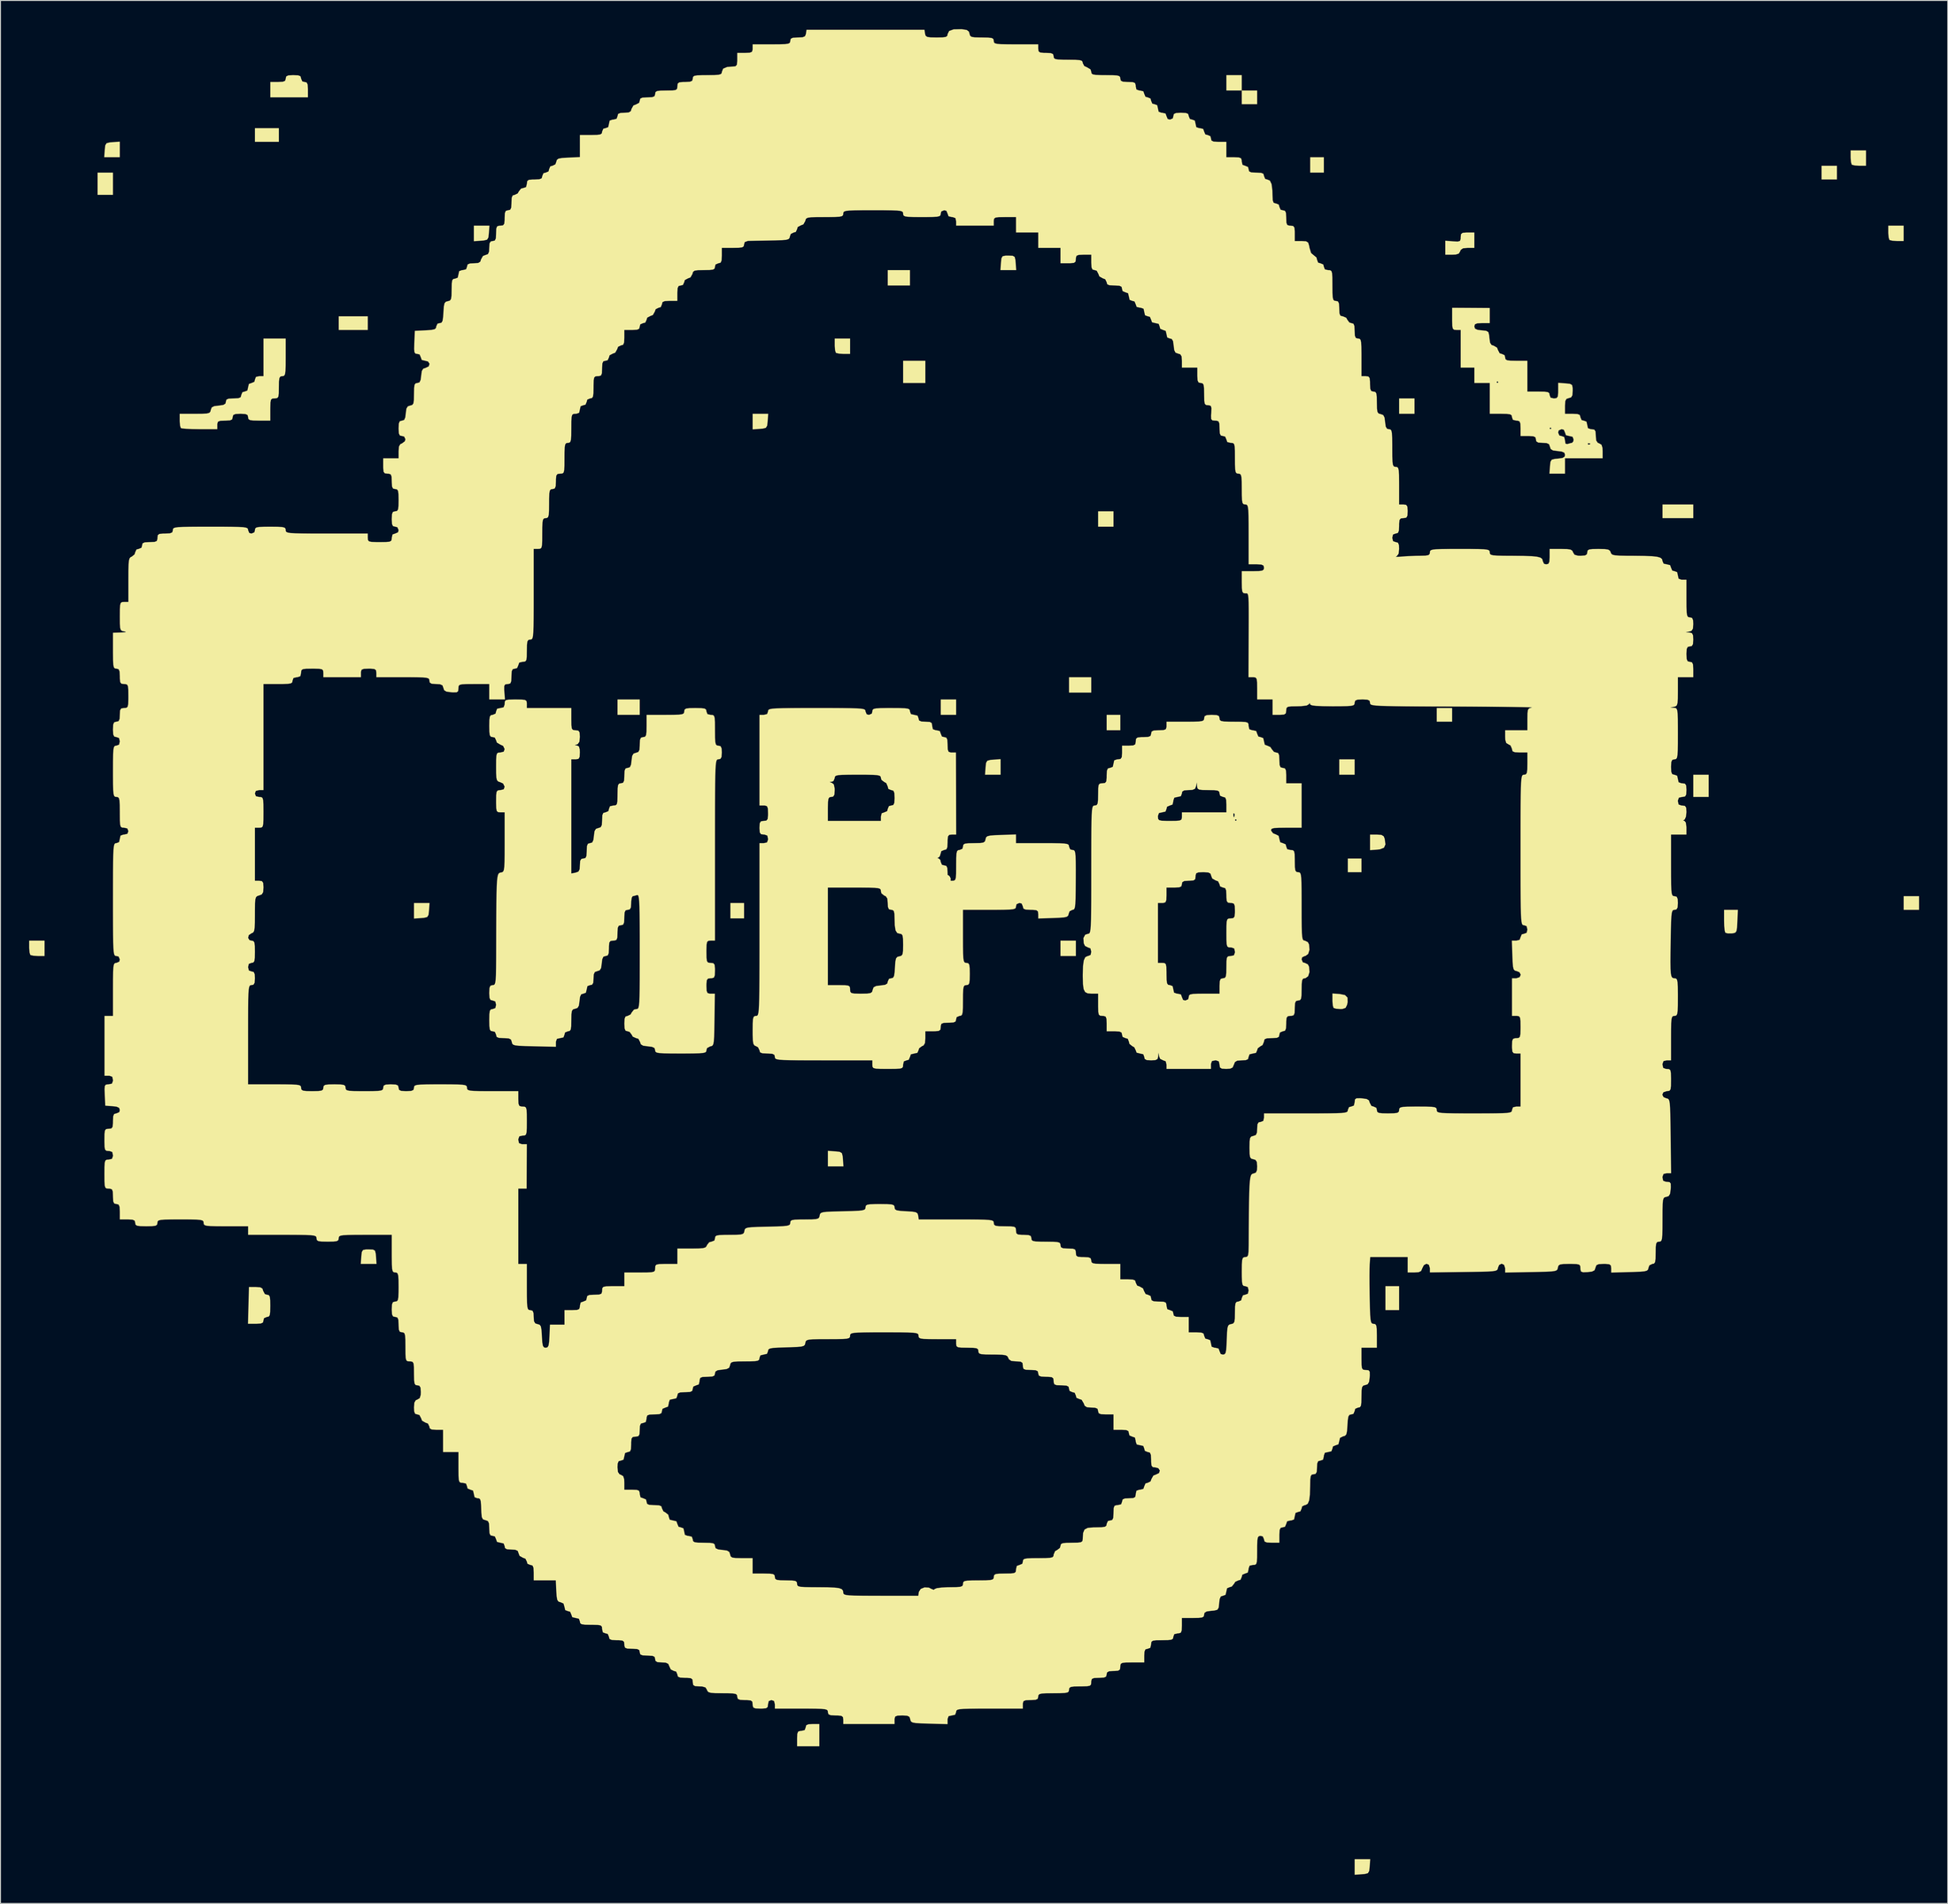
<source format=kicad_pcb>
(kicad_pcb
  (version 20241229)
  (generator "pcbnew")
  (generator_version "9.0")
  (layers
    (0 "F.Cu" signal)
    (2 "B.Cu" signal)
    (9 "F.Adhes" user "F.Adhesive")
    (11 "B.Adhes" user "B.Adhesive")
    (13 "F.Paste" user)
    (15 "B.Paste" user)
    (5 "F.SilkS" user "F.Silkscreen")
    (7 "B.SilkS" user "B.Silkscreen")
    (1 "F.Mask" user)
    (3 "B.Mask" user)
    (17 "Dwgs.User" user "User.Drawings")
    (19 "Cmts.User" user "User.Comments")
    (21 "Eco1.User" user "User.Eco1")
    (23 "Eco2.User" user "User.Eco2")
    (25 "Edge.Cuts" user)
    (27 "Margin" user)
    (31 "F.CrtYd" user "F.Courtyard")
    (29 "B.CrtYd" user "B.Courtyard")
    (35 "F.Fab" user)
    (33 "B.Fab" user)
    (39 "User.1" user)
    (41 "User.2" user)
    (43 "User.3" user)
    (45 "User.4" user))
  (footprint "IV-6-logo"
    (layer "F.Cu")
    (at 90.51 88.876)
    (property "Reference" "IV-6-logo" (at 0 0 0) (layer "F.SilkS") (effects (font (size 1.5 1.5) (thickness 0.3))))
    (attr board_only exclude_from_pos_files exclude_from_bom)
    (fp_poly (pts (xy -81.745 -72.712) (xy -81.745 -71.549) (xy -82.55 -71.549) (xy -83.355 -71.549) (xy -83.355 -72.712) (xy -83.355 -73.875) (xy -82.55 -73.875) (xy -81.745 -73.875)) (stroke (width 0) (type solid)) (fill yes) (layer "F.SilkS"))
    (fp_poly (pts (xy -64.394 -77.81) (xy -64.394 -77.094) (xy -65.646 -77.094) (xy -66.899 -77.094) (xy -66.899 -77.81) (xy -66.899 -78.525) (xy -65.646 -78.525) (xy -64.394 -78.525)) (stroke (width 0) (type solid)) (fill yes) (layer "F.SilkS"))
    (fp_poly (pts (xy -55.093 -58.134) (xy -55.093 -57.418) (xy -56.613 -57.418) (xy -58.134 -57.418) (xy -58.134 -58.134) (xy -58.134 -58.849) (xy -56.613 -58.849) (xy -55.093 -58.849)) (stroke (width 0) (type solid)) (fill yes) (layer "F.SilkS"))
    (fp_poly (pts (xy -26.652 -17.977) (xy -26.652 -17.172) (xy -27.815 -17.172) (xy -28.977 -17.172) (xy -28.977 -17.977) (xy -28.977 -18.782) (xy -27.815 -18.782) (xy -26.652 -18.782)) (stroke (width 0) (type solid)) (fill yes) (layer "F.SilkS"))
    (fp_poly (pts (xy -15.741 3.309) (xy -15.741 4.114) (xy -16.456 4.114) (xy -17.172 4.114) (xy -17.172 3.309) (xy -17.172 2.504) (xy -16.456 2.504) (xy -15.741 2.504)) (stroke (width 0) (type solid)) (fill yes) (layer "F.SilkS"))
    (fp_poly (pts (xy 1.61 -62.874) (xy 1.61 -62.069) (xy 0.447 -62.069) (xy -0.715 -62.069) (xy -0.715 -62.874) (xy -0.715 -63.679) (xy 0.447 -63.679) (xy 1.61 -63.679)) (stroke (width 0) (type solid)) (fill yes) (layer "F.SilkS"))
    (fp_poly (pts (xy 3.22 -53.036) (xy 3.22 -51.873) (xy 2.057 -51.873) (xy 0.894 -51.873) (xy 0.894 -53.036) (xy 0.894 -54.199) (xy 2.057 -54.199) (xy 3.22 -54.199)) (stroke (width 0) (type solid)) (fill yes) (layer "F.SilkS"))
    (fp_poly (pts (xy 6.439 -17.977) (xy 6.439 -17.172) (xy 5.635 -17.172) (xy 4.83 -17.172) (xy 4.83 -17.977) (xy 4.83 -18.782) (xy 5.635 -18.782) (xy 6.439 -18.782)) (stroke (width 0) (type solid)) (fill yes) (layer "F.SilkS"))
    (fp_poly (pts (xy 18.961 7.244) (xy 18.961 8.049) (xy 18.156 8.049) (xy 17.351 8.049) (xy 17.351 7.244) (xy 17.351 6.439) (xy 18.156 6.439) (xy 18.961 6.439)) (stroke (width 0) (type solid)) (fill yes) (layer "F.SilkS"))
    (fp_poly (pts (xy 20.57 -20.302) (xy 20.57 -19.497) (xy 19.408 -19.497) (xy 18.245 -19.497) (xy 18.245 -20.302) (xy 18.245 -21.107) (xy 19.408 -21.107) (xy 20.57 -21.107)) (stroke (width 0) (type solid)) (fill yes) (layer "F.SilkS"))
    (fp_poly (pts (xy 22.896 -37.653) (xy 22.896 -36.848) (xy 22.091 -36.848) (xy 21.286 -36.848) (xy 21.286 -37.653) (xy 21.286 -38.458) (xy 22.091 -38.458) (xy 22.896 -38.458)) (stroke (width 0) (type solid)) (fill yes) (layer "F.SilkS"))
    (fp_poly (pts (xy 23.611 -16.367) (xy 23.611 -15.562) (xy 22.896 -15.562) (xy 22.18 -15.562) (xy 22.18 -16.367) (xy 22.18 -17.172) (xy 22.896 -17.172) (xy 23.611 -17.172)) (stroke (width 0) (type solid)) (fill yes) (layer "F.SilkS"))
    (fp_poly (pts (xy 36.311 -83.265) (xy 36.311 -82.461) (xy 35.506 -82.461) (xy 34.701 -82.461) (xy 34.701 -83.265) (xy 34.701 -84.07) (xy 35.506 -84.07) (xy 36.311 -84.07)) (stroke (width 0) (type solid)) (fill yes) (layer "F.SilkS"))
    (fp_poly (pts (xy 37.921 -81.745) (xy 37.921 -81.03) (xy 37.116 -81.03) (xy 36.311 -81.03) (xy 36.311 -81.745) (xy 36.311 -82.461) (xy 37.116 -82.461) (xy 37.921 -82.461)) (stroke (width 0) (type solid)) (fill yes) (layer "F.SilkS"))
    (fp_poly (pts (xy 44.897 -74.68) (xy 44.897 -73.875) (xy 44.182 -73.875) (xy 43.466 -73.875) (xy 43.466 -74.68) (xy 43.466 -75.485) (xy 44.182 -75.485) (xy 44.897 -75.485)) (stroke (width 0) (type solid)) (fill yes) (layer "F.SilkS"))
    (fp_poly (pts (xy 48.117 -11.716) (xy 48.117 -10.911) (xy 47.312 -10.911) (xy 46.507 -10.911) (xy 46.507 -11.716) (xy 46.507 -12.521) (xy 47.312 -12.521) (xy 48.117 -12.521)) (stroke (width 0) (type solid)) (fill yes) (layer "F.SilkS"))
    (fp_poly (pts (xy 48.832 -1.431) (xy 48.832 -0.715) (xy 48.117 -0.715) (xy 47.401 -0.715) (xy 47.401 -1.431) (xy 47.401 -2.146) (xy 48.117 -2.146) (xy 48.832 -2.146)) (stroke (width 0) (type solid)) (fill yes) (layer "F.SilkS"))
    (fp_poly (pts (xy 52.768 43.824) (xy 52.768 45.076) (xy 52.052 45.076) (xy 51.337 45.076) (xy 51.337 43.824) (xy 51.337 42.572) (xy 52.052 42.572) (xy 52.768 42.572)) (stroke (width 0) (type solid)) (fill yes) (layer "F.SilkS"))
    (fp_poly (pts (xy 54.377 -49.458) (xy 54.377 -48.654) (xy 53.573 -48.654) (xy 52.768 -48.654) (xy 52.768 -49.458) (xy 52.768 -50.263) (xy 53.573 -50.263) (xy 54.377 -50.263)) (stroke (width 0) (type solid)) (fill yes) (layer "F.SilkS"))
    (fp_poly (pts (xy 58.313 -17.172) (xy 58.313 -16.456) (xy 57.508 -16.456) (xy 56.703 -16.456) (xy 56.703 -17.172) (xy 56.703 -17.887) (xy 57.508 -17.887) (xy 58.313 -17.887)) (stroke (width 0) (type solid)) (fill yes) (layer "F.SilkS"))
    (fp_poly (pts (xy 83.534 -38.458) (xy 83.534 -37.742) (xy 81.924 -37.742) (xy 80.314 -37.742) (xy 80.314 -38.458) (xy 80.314 -39.173) (xy 81.924 -39.173) (xy 83.534 -39.173)) (stroke (width 0) (type solid)) (fill yes) (layer "F.SilkS"))
    (fp_poly (pts (xy 85.144 -9.749) (xy 85.144 -8.586) (xy 84.339 -8.586) (xy 83.534 -8.586) (xy 83.534 -9.749) (xy 83.534 -10.911) (xy 84.339 -10.911) (xy 85.144 -10.911)) (stroke (width 0) (type solid)) (fill yes) (layer "F.SilkS"))
    (fp_poly (pts (xy 98.559 -73.875) (xy 98.559 -73.159) (xy 97.754 -73.159) (xy 96.949 -73.159) (xy 96.949 -73.875) (xy 96.949 -74.59) (xy 97.754 -74.59) (xy 98.559 -74.59)) (stroke (width 0) (type solid)) (fill yes) (layer "F.SilkS"))
    (fp_poly (pts (xy 107.145 2.504) (xy 107.145 3.22) (xy 106.34 3.22) (xy 105.535 3.22) (xy 105.535 2.504) (xy 105.535 1.789) (xy 106.34 1.789) (xy 107.145 1.789)) (stroke (width 0) (type solid)) (fill yes) (layer "F.SilkS"))
    (fp_poly (pts (xy -81.03 -76.3) (xy -81.03 -75.485) (xy -81.845 -75.485) (xy -82.66 -75.485) (xy -82.605 -76.245) (xy -82.553 -76.722) (xy -82.418 -76.95) (xy -82.093 -77.035) (xy -81.79 -77.06) (xy -81.03 -77.115)) (stroke (width 0) (type solid)) (fill yes) (layer "F.SilkS"))
    (fp_poly (pts (xy -48.688 3.264) (xy -48.74 3.742) (xy -48.875 3.97) (xy -49.2 4.055) (xy -49.503 4.08) (xy -50.263 4.135) (xy -50.263 3.319) (xy -50.263 2.504) (xy -49.448 2.504) (xy -48.633 2.504)) (stroke (width 0) (type solid)) (fill yes) (layer "F.SilkS"))
    (fp_poly (pts (xy -42.427 -67.569) (xy -42.479 -67.092) (xy -42.614 -66.864) (xy -42.94 -66.779) (xy -43.243 -66.754) (xy -44.003 -66.699) (xy -44.003 -67.514) (xy -44.003 -68.33) (xy -43.188 -68.33) (xy -42.372 -68.33)) (stroke (width 0) (type solid)) (fill yes) (layer "F.SilkS"))
    (fp_poly (pts (xy -13.271 -47.893) (xy -13.323 -47.416) (xy -13.458 -47.188) (xy -13.783 -47.103) (xy -14.086 -47.078) (xy -14.846 -47.023) (xy -14.846 -47.838) (xy -14.846 -48.654) (xy -14.031 -48.654) (xy -13.216 -48.654)) (stroke (width 0) (type solid)) (fill yes) (layer "F.SilkS"))
    (fp_poly (pts (xy -6.216 28.475) (xy -5.738 28.527) (xy -5.511 28.662) (xy -5.426 28.987) (xy -5.401 29.29) (xy -5.346 30.051) (xy -6.161 30.051) (xy -6.976 30.051) (xy -6.976 29.235) (xy -6.976 28.42)) (stroke (width 0) (type solid)) (fill yes) (layer "F.SilkS"))
    (fp_poly (pts (xy 11.09 -11.726) (xy 11.09 -10.911) (xy 10.275 -10.911) (xy 9.46 -10.911) (xy 9.515 -11.671) (xy 9.567 -12.149) (xy 9.702 -12.377) (xy 10.027 -12.462) (xy 10.33 -12.487) (xy 11.09 -12.542)) (stroke (width 0) (type solid)) (fill yes) (layer "F.SilkS"))
    (fp_poly (pts (xy 49.692 103.255) (xy 49.64 103.732) (xy 49.505 103.96) (xy 49.18 104.045) (xy 48.877 104.07) (xy 48.117 104.125) (xy 48.117 103.31) (xy 48.117 102.494) (xy 48.932 102.494) (xy 49.747 102.494)) (stroke (width 0) (type solid)) (fill yes) (layer "F.SilkS"))
    (fp_poly (pts (xy 50.917 -4.616) (xy 51.157 -4.472) (xy 51.26 -4.218) (xy 51.34 -3.626) (xy 51.187 -3.276) (xy 50.76 -3.107) (xy 50.485 -3.075) (xy 49.727 -3.02) (xy 49.727 -3.835) (xy 49.727 -4.651) (xy 50.439 -4.651)) (stroke (width 0) (type solid)) (fill yes) (layer "F.SilkS"))
    (fp_poly (pts (xy -88.9 7.244) (xy -88.9 8.049) (xy -89.586 8.049) (xy -90.058 8.021) (xy -90.361 7.95) (xy -90.391 7.93) (xy -90.468 7.688) (xy -90.508 7.242) (xy -90.51 7.125) (xy -90.51 6.439) (xy -89.705 6.439) (xy -88.9 6.439)) (stroke (width 0) (type solid)) (fill yes) (layer "F.SilkS"))
    (fp_poly (pts (xy -54.554 38.743) (xy -54.339 38.861) (xy -54.258 39.179) (xy -54.233 39.486) (xy -54.178 40.246) (xy -55.004 40.246) (xy -55.829 40.246) (xy -55.774 39.486) (xy -55.724 39.01) (xy -55.597 38.791) (xy -55.293 38.729) (xy -55.004 38.726)) (stroke (width 0) (type solid)) (fill yes) (layer "F.SilkS"))
    (fp_poly (pts (xy -4.651 -55.719) (xy -4.651 -54.914) (xy -5.336 -54.914) (xy -5.809 -54.943) (xy -6.112 -55.013) (xy -6.141 -55.033) (xy -6.219 -55.275) (xy -6.259 -55.722) (xy -6.261 -55.838) (xy -6.261 -56.524) (xy -5.456 -56.524) (xy -4.651 -56.524)) (stroke (width 0) (type solid)) (fill yes) (layer "F.SilkS"))
    (fp_poly (pts (xy 12.344 -65.182) (xy 12.559 -65.065) (xy 12.64 -64.746) (xy 12.666 -64.439) (xy 12.721 -63.679) (xy 11.895 -63.679) (xy 11.07 -63.679) (xy 11.125 -64.439) (xy 11.175 -64.915) (xy 11.302 -65.134) (xy 11.606 -65.196) (xy 11.895 -65.199)) (stroke (width 0) (type solid)) (fill yes) (layer "F.SilkS"))
    (fp_poly (pts (xy 101.6 -75.395) (xy 101.6 -74.59) (xy 100.914 -74.59) (xy 100.442 -74.619) (xy 100.139 -74.689) (xy 100.109 -74.709) (xy 100.032 -74.951) (xy 99.992 -75.398) (xy 99.99 -75.514) (xy 99.99 -76.2) (xy 100.795 -76.2) (xy 101.6 -76.2)) (stroke (width 0) (type solid)) (fill yes) (layer "F.SilkS"))
    (fp_poly (pts (xy 105.535 -67.525) (xy 105.535 -66.72) (xy 104.85 -66.72) (xy 104.377 -66.748) (xy 104.074 -66.819) (xy 104.045 -66.839) (xy 103.967 -67.081) (xy 103.927 -67.527) (xy 103.925 -67.644) (xy 103.925 -68.33) (xy 104.73 -68.33) (xy 105.535 -68.33)) (stroke (width 0) (type solid)) (fill yes) (layer "F.SilkS"))
    (fp_poly (pts (xy 88.148 4.427) (xy 88.114 5.067) (xy 88.055 5.432) (xy 87.932 5.606) (xy 87.707 5.671) (xy 87.552 5.688) (xy 87.128 5.687) (xy 86.881 5.613) (xy 86.815 5.38) (xy 86.769 4.899) (xy 86.754 4.353) (xy 86.754 3.22) (xy 87.477 3.22) (xy 88.201 3.22)) (stroke (width 0) (type solid)) (fill yes) (layer "F.SilkS"))
    (fp_poly (pts (xy -7.87 89.526) (xy -7.87 90.689) (xy -9.033 90.689) (xy -10.196 90.689) (xy -10.196 89.884) (xy -10.177 89.387) (xy -10.086 89.152) (xy -9.869 89.082) (xy -9.749 89.079) (xy -9.398 88.995) (xy -9.301 88.721) (xy -9.241 88.487) (xy -8.999 88.384) (xy -8.586 88.363) (xy -7.87 88.363)) (stroke (width 0) (type solid)) (fill yes) (layer "F.SilkS"))
    (fp_poly (pts (xy 46.55 12.019) (xy 47.106 12.129) (xy 47.371 12.395) (xy 47.385 12.877) (xy 47.324 13.161) (xy 47.171 13.47) (xy 46.846 13.585) (xy 46.623 13.594) (xy 46.182 13.561) (xy 45.918 13.482) (xy 45.911 13.475) (xy 45.834 13.234) (xy 45.793 12.786) (xy 45.792 12.66) (xy 45.792 11.964)) (stroke (width 0) (type solid)) (fill yes) (layer "F.SilkS"))
    (fp_poly (pts (xy 60.638 -66.809) (xy 60.638 -66.004) (xy 59.943 -66.004) (xy 59.456 -65.96) (xy 59.217 -65.797) (xy 59.155 -65.646) (xy 59.013 -65.407) (xy 58.688 -65.304) (xy 58.329 -65.289) (xy 57.597 -65.289) (xy 57.597 -66.022) (xy 57.597 -66.756) (xy 58.402 -66.692) (xy 58.896 -66.667) (xy 59.131 -66.73) (xy 59.202 -66.933) (xy 59.207 -67.121) (xy 59.24 -67.438) (xy 59.406 -67.578) (xy 59.807 -67.614) (xy 59.923 -67.614) (xy 60.638 -67.614)) (stroke (width 0) (type solid)) (fill yes) (layer "F.SilkS"))
    (fp_poly (pts (xy -66.336 42.693) (xy -66.111 42.825) (xy -66.037 43.064) (xy -65.859 43.4) (xy -65.634 43.466) (xy -65.447 43.506) (xy -65.342 43.677) (xy -65.297 44.058) (xy -65.289 44.629) (xy -65.3 45.258) (xy -65.35 45.609) (xy -65.462 45.76) (xy -65.646 45.792) (xy -65.945 45.918) (xy -66.004 46.149) (xy -66.056 46.372) (xy -66.274 46.478) (xy -66.747 46.507) (xy -66.815 46.507) (xy -67.626 46.507) (xy -67.575 44.584) (xy -67.525 42.661) (xy -66.809 42.661)) (stroke (width 0) (type solid)) (fill yes) (layer "F.SilkS"))
    (fp_poly (pts (xy -62.371 -84.047) (xy -62.133 -83.95) (xy -62.069 -83.738) (xy -62.069 -83.713) (xy -61.943 -83.414) (xy -61.711 -83.355) (xy -61.488 -83.302) (xy -61.382 -83.084) (xy -61.354 -82.608) (xy -61.354 -82.55) (xy -61.354 -81.745) (xy -63.321 -81.745) (xy -65.289 -81.745) (xy -65.289 -82.55) (xy -65.289 -83.355) (xy -64.484 -83.355) (xy -63.981 -83.378) (xy -63.743 -83.476) (xy -63.679 -83.687) (xy -63.679 -83.713) (xy -63.626 -83.936) (xy -63.408 -84.042) (xy -62.932 -84.07) (xy -62.874 -84.07)) (stroke (width 0) (type solid)) (fill yes) (layer "F.SilkS"))
    (fp_poly (pts (xy -63.679 -54.556) (xy -63.683 -53.695) (xy -63.703 -53.13) (xy -63.75 -52.799) (xy -63.835 -52.64) (xy -63.969 -52.591) (xy -64.037 -52.589) (xy -64.23 -52.552) (xy -64.338 -52.391) (xy -64.385 -52.025) (xy -64.394 -51.426) (xy -64.402 -50.801) (xy -64.446 -50.453) (xy -64.558 -50.301) (xy -64.769 -50.264) (xy -64.842 -50.263) (xy -65.082 -50.243) (xy -65.216 -50.128) (xy -65.274 -49.837) (xy -65.288 -49.291) (xy -65.289 -49.101) (xy -65.289 -47.938) (xy -66.451 -47.938) (xy -67.081 -47.949) (xy -67.431 -47.999) (xy -67.583 -48.111) (xy -67.614 -48.296) (xy -67.667 -48.519) (xy -67.885 -48.625) (xy -68.361 -48.653) (xy -68.419 -48.654) (xy -68.922 -48.63) (xy -69.16 -48.533) (xy -69.224 -48.321) (xy -69.224 -48.296) (xy -69.277 -48.072) (xy -69.495 -47.966) (xy -69.971 -47.938) (xy -70.029 -47.938) (xy -70.526 -47.919) (xy -70.761 -47.828) (xy -70.831 -47.611) (xy -70.834 -47.491) (xy -70.834 -47.044) (xy -72.682 -47.044) (xy -73.462 -47.055) (xy -74.105 -47.084) (xy -74.527 -47.127) (xy -74.65 -47.163) (xy -74.727 -47.404) (xy -74.767 -47.851) (xy -74.769 -47.968) (xy -74.769 -48.654) (xy -73.172 -48.654) (xy -72.411 -48.659) (xy -71.936 -48.686) (xy -71.676 -48.753) (xy -71.559 -48.878) (xy -71.517 -49.056) (xy -71.418 -49.321) (xy -71.152 -49.456) (xy -70.7 -49.513) (xy -70.207 -49.581) (xy -69.983 -49.72) (xy -69.939 -49.916) (xy -69.883 -50.134) (xy -69.655 -50.237) (xy -69.165 -50.263) (xy -69.135 -50.263) (xy -68.631 -50.287) (xy -68.394 -50.384) (xy -68.33 -50.595) (xy -68.33 -50.621) (xy -68.203 -50.92) (xy -67.972 -50.979) (xy -67.691 -51.084) (xy -67.614 -51.426) (xy -67.53 -51.777) (xy -67.256 -51.873) (xy -66.957 -52) (xy -66.899 -52.231) (xy -66.794 -52.512) (xy -66.451 -52.589) (xy -66.004 -52.589) (xy -66.004 -54.556) (xy -66.004 -56.524) (xy -64.842 -56.524) (xy -63.679 -56.524)) (stroke (width 0) (type solid)) (fill yes) (layer "F.SilkS"))
    (fp_poly (pts (xy 60.28 -59.73) (xy 62.248 -59.721) (xy 62.248 -58.927) (xy 62.248 -58.134) (xy 61.443 -58.134) (xy 60.939 -58.11) (xy 60.7 -58.011) (xy 60.638 -57.799) (xy 60.638 -57.786) (xy 60.708 -57.556) (xy 60.977 -57.434) (xy 61.398 -57.384) (xy 61.876 -57.332) (xy 62.104 -57.197) (xy 62.188 -56.874) (xy 62.213 -56.58) (xy 62.283 -56.086) (xy 62.437 -55.848) (xy 62.66 -55.775) (xy 63.014 -55.569) (xy 63.11 -55.317) (xy 63.287 -54.98) (xy 63.512 -54.914) (xy 63.802 -54.782) (xy 63.858 -54.556) (xy 63.894 -54.363) (xy 64.055 -54.255) (xy 64.421 -54.208) (xy 65.02 -54.199) (xy 66.183 -54.199) (xy 66.183 -52.589) (xy 66.183 -50.979) (xy 67.346 -50.979) (xy 67.975 -50.968) (xy 68.326 -50.918) (xy 68.477 -50.806) (xy 68.508 -50.621) (xy 68.613 -50.341) (xy 68.956 -50.263) (xy 69.23 -50.296) (xy 69.361 -50.458) (xy 69.401 -50.845) (xy 69.403 -51.079) (xy 69.403 -51.894) (xy 70.163 -51.839) (xy 70.639 -51.788) (xy 70.858 -51.662) (xy 70.92 -51.358) (xy 70.923 -51.068) (xy 70.892 -50.595) (xy 70.76 -50.371) (xy 70.521 -50.296) (xy 70.268 -50.211) (xy 70.15 -49.983) (xy 70.118 -49.512) (xy 70.118 -49.446) (xy 70.118 -48.654) (xy 70.923 -48.654) (xy 71.426 -48.63) (xy 71.664 -48.533) (xy 71.728 -48.321) (xy 71.728 -48.296) (xy 71.855 -47.997) (xy 72.086 -47.938) (xy 72.366 -47.833) (xy 72.444 -47.491) (xy 72.518 -47.15) (xy 72.808 -47.046) (xy 72.891 -47.044) (xy 73.182 -47.003) (xy 73.309 -46.813) (xy 73.338 -46.373) (xy 73.338 -46.349) (xy 73.382 -45.862) (xy 73.545 -45.622) (xy 73.696 -45.561) (xy 73.935 -45.419) (xy 74.038 -45.093) (xy 74.054 -44.735) (xy 74.054 -44.003) (xy 72.086 -44.003) (xy 70.118 -44.003) (xy 70.118 -43.198) (xy 70.118 -42.393) (xy 69.303 -42.393) (xy 68.488 -42.393) (xy 68.543 -43.153) (xy 68.595 -43.631) (xy 68.73 -43.858) (xy 69.055 -43.943) (xy 69.358 -43.968) (xy 69.853 -44.037) (xy 70.077 -44.179) (xy 70.118 -44.361) (xy 70.043 -44.586) (xy 69.761 -44.705) (xy 69.358 -44.753) (xy 68.862 -44.821) (xy 68.621 -44.969) (xy 68.541 -45.21) (xy 68.445 -45.476) (xy 68.19 -45.591) (xy 67.781 -45.613) (xy 67.317 -45.644) (xy 67.115 -45.769) (xy 67.077 -45.97) (xy 67.025 -46.194) (xy 66.806 -46.3) (xy 66.33 -46.328) (xy 66.273 -46.328) (xy 65.468 -46.328) (xy 65.468 -46.686) (xy 69.403 -46.686) (xy 69.529 -46.387) (xy 69.761 -46.328) (xy 70.037 -46.228) (xy 70.118 -45.877) (xy 70.118 -45.862) (xy 70.171 -45.532) (xy 70.361 -45.49) (xy 70.401 -45.504) (xy 70.574 -45.553) (xy 72.503 -45.553) (xy 72.528 -45.447) (xy 72.623 -45.434) (xy 72.77 -45.499) (xy 72.742 -45.553) (xy 72.53 -45.574) (xy 72.503 -45.553) (xy 70.574 -45.553) (xy 70.742 -45.601) (xy 70.848 -45.613) (xy 70.982 -45.763) (xy 71.013 -45.97) (xy 70.908 -46.251) (xy 70.565 -46.328) (xy 70.215 -46.412) (xy 70.118 -46.686) (xy 69.992 -46.985) (xy 69.761 -47.044) (xy 69.462 -46.917) (xy 69.403 -46.686) (xy 65.468 -46.686) (xy 65.468 -47.133) (xy 68.508 -47.133) (xy 68.598 -47.044) (xy 68.687 -47.133) (xy 68.598 -47.223) (xy 68.508 -47.133) (xy 65.468 -47.133) (xy 65.449 -47.63) (xy 65.358 -47.865) (xy 65.141 -47.935) (xy 65.02 -47.938) (xy 64.67 -48.022) (xy 64.573 -48.296) (xy 64.537 -48.489) (xy 64.376 -48.597) (xy 64.01 -48.644) (xy 63.411 -48.654) (xy 62.248 -48.654) (xy 62.248 -50.263) (xy 62.248 -51.873) (xy 61.443 -51.873) (xy 60.638 -51.873) (xy 60.638 -51.963) (xy 62.963 -51.963) (xy 63.053 -51.873) (xy 63.142 -51.963) (xy 63.053 -52.052) (xy 62.963 -51.963) (xy 60.638 -51.963) (xy 60.638 -52.678) (xy 60.638 -53.483) (xy 59.923 -53.483) (xy 59.207 -53.483) (xy 59.207 -55.451) (xy 59.207 -57.418) (xy 58.76 -57.418) (xy 58.519 -57.439) (xy 58.385 -57.554) (xy 58.327 -57.845) (xy 58.313 -58.393) (xy 58.313 -58.578) (xy 58.313 -59.738)) (stroke (width 0) (type solid)) (fill yes) (layer "F.SilkS"))
    (fp_poly (pts (xy -38.995 -18.774) (xy -38.647 -18.73) (xy -38.495 -18.618) (xy -38.458 -18.408) (xy -38.458 -18.335) (xy -38.458 -17.887) (xy -36.132 -17.887) (xy -33.807 -17.887) (xy -33.807 -16.725) (xy -33.799 -16.1) (xy -33.755 -15.752) (xy -33.643 -15.599) (xy -33.433 -15.563) (xy -33.36 -15.562) (xy -33.07 -15.522) (xy -32.942 -15.334) (xy -32.913 -14.898) (xy -32.913 -14.86) (xy -32.963 -14.352) (xy -33.136 -14.11) (xy -33.226 -14.075) (xy -33.446 -14.007) (xy -33.319 -13.979) (xy -33.226 -13.973) (xy -33.015 -13.872) (xy -32.924 -13.552) (xy -32.913 -13.237) (xy -32.937 -12.776) (xy -33.052 -12.571) (xy -33.321 -12.521) (xy -33.36 -12.521) (xy -33.807 -12.521) (xy -33.807 -6.554) (xy -33.807 -0.586) (xy -33.36 -0.672) (xy -33.065 -0.78) (xy -32.938 -1.027) (xy -32.913 -1.452) (xy -32.881 -1.912) (xy -32.752 -2.111) (xy -32.555 -2.146) (xy -32.331 -2.199) (xy -32.226 -2.418) (xy -32.197 -2.894) (xy -32.197 -2.951) (xy -32.173 -3.456) (xy -32.074 -3.694) (xy -31.863 -3.756) (xy -31.85 -3.756) (xy -31.619 -3.826) (xy -31.498 -4.095) (xy -31.447 -4.517) (xy -31.379 -5.013) (xy -31.231 -5.253) (xy -30.99 -5.334) (xy -30.737 -5.419) (xy -30.619 -5.646) (xy -30.588 -6.118) (xy -30.587 -6.184) (xy -30.563 -6.682) (xy -30.463 -6.915) (xy -30.246 -6.976) (xy -30.23 -6.976) (xy -29.931 -7.103) (xy -29.872 -7.334) (xy -29.767 -7.614) (xy -29.425 -7.692) (xy -29.184 -7.712) (xy -29.05 -7.827) (xy -28.992 -8.118) (xy -28.978 -8.664) (xy -28.977 -8.854) (xy -28.966 -9.483) (xy -28.917 -9.834) (xy -28.804 -9.986) (xy -28.62 -10.017) (xy -28.396 -10.07) (xy -28.29 -10.288) (xy -28.262 -10.764) (xy -28.262 -10.822) (xy -28.238 -11.326) (xy -28.139 -11.565) (xy -27.928 -11.627) (xy -27.915 -11.627) (xy -27.684 -11.697) (xy -27.563 -11.965) (xy -27.512 -12.387) (xy -27.444 -12.883) (xy -27.296 -13.124) (xy -27.055 -13.204) (xy -26.801 -13.289) (xy -26.683 -13.517) (xy -26.652 -13.988) (xy -26.652 -14.054) (xy -26.628 -14.552) (xy -26.528 -14.786) (xy -26.311 -14.846) (xy -26.294 -14.846) (xy -26.101 -14.883) (xy -25.993 -15.044) (xy -25.946 -15.41) (xy -25.937 -16.009) (xy -25.937 -17.172) (xy -23.969 -17.172) (xy -23.108 -17.176) (xy -22.543 -17.196) (xy -22.211 -17.243) (xy -22.052 -17.328) (xy -22.004 -17.462) (xy -22.001 -17.53) (xy -21.965 -17.723) (xy -21.804 -17.831) (xy -21.438 -17.878) (xy -20.839 -17.887) (xy -20.21 -17.876) (xy -19.859 -17.827) (xy -19.707 -17.714) (xy -19.676 -17.53) (xy -19.571 -17.249) (xy -19.229 -17.172) (xy -19.017 -17.159) (xy -18.886 -17.075) (xy -18.815 -16.85) (xy -18.787 -16.416) (xy -18.782 -15.704) (xy -18.782 -15.562) (xy -18.776 -14.797) (xy -18.748 -14.322) (xy -18.682 -14.068) (xy -18.565 -13.968) (xy -18.424 -13.952) (xy -18.19 -13.892) (xy -18.086 -13.65) (xy -18.066 -13.237) (xy -18.096 -12.769) (xy -18.217 -12.562) (xy -18.424 -12.521) (xy -18.502 -12.514) (xy -18.569 -12.474) (xy -18.623 -12.373) (xy -18.668 -12.182) (xy -18.703 -11.873) (xy -18.73 -11.417) (xy -18.75 -10.787) (xy -18.764 -9.953) (xy -18.773 -8.888) (xy -18.779 -7.563) (xy -18.781 -5.95) (xy -18.782 -4.02) (xy -18.782 -3.041) (xy -18.782 6.439) (xy -19.229 6.439) (xy -19.469 6.46) (xy -19.603 6.575) (xy -19.662 6.865) (xy -19.676 7.412) (xy -19.676 7.602) (xy -19.668 8.227) (xy -19.624 8.575) (xy -19.512 8.727) (xy -19.302 8.764) (xy -19.229 8.765) (xy -18.953 8.798) (xy -18.822 8.962) (xy -18.783 9.353) (xy -18.782 9.57) (xy -18.8 10.066) (xy -18.891 10.302) (xy -19.108 10.372) (xy -19.229 10.375) (xy -19.505 10.408) (xy -19.636 10.572) (xy -19.674 10.962) (xy -19.676 11.18) (xy -19.657 11.677) (xy -19.566 11.912) (xy -19.35 11.982) (xy -19.236 11.985) (xy -18.796 11.985) (xy -18.833 14.712) (xy -18.85 15.753) (xy -18.87 16.489) (xy -18.904 16.976) (xy -18.96 17.268) (xy -19.045 17.417) (xy -19.169 17.479) (xy -19.274 17.497) (xy -19.61 17.674) (xy -19.676 17.9) (xy -19.696 18.033) (xy -19.792 18.126) (xy -20.017 18.187) (xy -20.424 18.223) (xy -21.065 18.24) (xy -21.994 18.245) (xy -22.359 18.245) (xy -23.391 18.243) (xy -24.118 18.23) (xy -24.594 18.201) (xy -24.871 18.149) (xy -25.002 18.067) (xy -25.041 17.947) (xy -25.042 17.898) (xy -25.112 17.667) (xy -25.381 17.546) (xy -25.802 17.495) (xy -26.299 17.427) (xy -26.539 17.279) (xy -26.62 17.038) (xy -26.797 16.701) (xy -27.039 16.635) (xy -27.384 16.48) (xy -27.495 16.277) (xy -27.713 15.985) (xy -27.925 15.92) (xy -28.137 15.86) (xy -28.237 15.621) (xy -28.262 15.115) (xy -28.237 14.609) (xy -28.137 14.37) (xy -27.925 14.31) (xy -27.61 14.159) (xy -27.495 13.952) (xy -27.255 13.649) (xy -27.027 13.594) (xy -26.925 13.588) (xy -26.844 13.543) (xy -26.781 13.426) (xy -26.734 13.2) (xy -26.699 12.83) (xy -26.677 12.28) (xy -26.663 11.514) (xy -26.655 10.497) (xy -26.653 9.193) (xy -26.652 7.583) (xy -26.653 5.951) (xy -26.659 4.642) (xy -26.669 3.624) (xy -26.686 2.86) (xy -26.713 2.318) (xy -26.749 1.963) (xy -26.797 1.761) (xy -26.859 1.678) (xy -26.935 1.68) (xy -27.276 1.777) (xy -27.382 1.789) (xy -27.485 1.947) (xy -27.542 2.344) (xy -27.546 2.504) (xy -27.576 2.972) (xy -27.698 3.179) (xy -27.904 3.22) (xy -28.128 3.272) (xy -28.234 3.491) (xy -28.262 3.967) (xy -28.262 4.025) (xy -28.285 4.528) (xy -28.383 4.766) (xy -28.594 4.829) (xy -28.62 4.83) (xy -28.843 4.882) (xy -28.949 5.101) (xy -28.977 5.577) (xy -28.977 5.635) (xy -28.996 6.131) (xy -29.087 6.367) (xy -29.304 6.436) (xy -29.425 6.439) (xy -29.701 6.473) (xy -29.831 6.637) (xy -29.87 7.027) (xy -29.872 7.244) (xy -29.896 7.749) (xy -29.995 7.987) (xy -30.206 8.049) (xy -30.219 8.049) (xy -30.45 8.119) (xy -30.571 8.388) (xy -30.622 8.81) (xy -30.69 9.306) (xy -30.838 9.546) (xy -31.079 9.627) (xy -31.345 9.722) (xy -31.46 9.977) (xy -31.482 10.387) (xy -31.513 10.85) (xy -31.638 11.053) (xy -31.839 11.09) (xy -32.12 11.195) (xy -32.197 11.537) (xy -32.283 11.89) (xy -32.545 11.985) (xy -32.775 12.055) (xy -32.897 12.323) (xy -32.947 12.745) (xy -33.016 13.241) (xy -33.163 13.482) (xy -33.405 13.562) (xy -33.623 13.624) (xy -33.744 13.788) (xy -33.796 14.139) (xy -33.807 14.761) (xy -33.807 14.769) (xy -33.818 15.395) (xy -33.869 15.742) (xy -33.984 15.89) (xy -34.165 15.92) (xy -34.464 16.046) (xy -34.523 16.277) (xy -34.627 16.558) (xy -34.97 16.635) (xy -35.309 16.708) (xy -35.415 16.996) (xy -35.417 17.088) (xy -35.417 17.54) (xy -37.698 17.49) (xy -38.636 17.467) (xy -39.276 17.438) (xy -39.676 17.392) (xy -39.897 17.317) (xy -39.997 17.202) (xy -40.035 17.038) (xy -40.12 16.785) (xy -40.348 16.666) (xy -40.819 16.635) (xy -40.885 16.635) (xy -41.383 16.611) (xy -41.617 16.511) (xy -41.677 16.294) (xy -41.677 16.277) (xy -41.804 15.979) (xy -42.035 15.92) (xy -42.229 15.883) (xy -42.337 15.722) (xy -42.383 15.356) (xy -42.393 14.757) (xy -42.382 14.128) (xy -42.332 13.777) (xy -42.22 13.626) (xy -42.035 13.594) (xy -41.755 13.49) (xy -41.677 13.147) (xy -41.761 12.797) (xy -42.035 12.7) (xy -42.259 12.647) (xy -42.364 12.429) (xy -42.393 11.953) (xy -42.393 11.895) (xy -42.37 11.392) (xy -42.272 11.154) (xy -42.061 11.09) (xy -42.035 11.09) (xy -41.918 11.077) (xy -41.83 11.007) (xy -41.766 10.837) (xy -41.722 10.523) (xy -41.695 10.019) (xy -41.68 9.283) (xy -41.672 8.269) (xy -41.669 7.2) (xy -41.665 5.325) (xy -41.659 3.776) (xy -41.649 2.522) (xy -41.634 1.531) (xy -41.612 0.772) (xy -41.58 0.214) (xy -41.537 -0.176) (xy -41.481 -0.429) (xy -41.409 -0.576) (xy -41.321 -0.649) (xy -41.213 -0.679) (xy -41.186 -0.683) (xy -41.041 -0.713) (xy -40.935 -0.79) (xy -40.864 -0.962) (xy -40.819 -1.282) (xy -40.795 -1.8) (xy -40.785 -2.565) (xy -40.783 -3.628) (xy -40.783 -3.858) (xy -40.783 -6.976) (xy -41.23 -6.976) (xy -41.471 -6.996) (xy -41.605 -7.111) (xy -41.663 -7.402) (xy -41.677 -7.949) (xy -41.677 -8.139) (xy -41.67 -8.764) (xy -41.625 -9.112) (xy -41.514 -9.264) (xy -41.303 -9.301) (xy -41.23 -9.301) (xy -40.879 -9.386) (xy -40.783 -9.656) (xy -40.943 -9.989) (xy -41.23 -10.122) (xy -41.448 -10.195) (xy -41.581 -10.331) (xy -41.649 -10.605) (xy -41.674 -11.096) (xy -41.677 -11.736) (xy -41.673 -12.466) (xy -41.646 -12.91) (xy -41.576 -13.139) (xy -41.44 -13.224) (xy -41.23 -13.237) (xy -40.879 -13.321) (xy -40.783 -13.591) (xy -40.943 -13.924) (xy -41.23 -14.058) (xy -41.596 -14.272) (xy -41.677 -14.508) (xy -41.813 -14.793) (xy -42.035 -14.846) (xy -42.229 -14.883) (xy -42.337 -15.044) (xy -42.383 -15.41) (xy -42.393 -16.009) (xy -42.382 -16.638) (xy -42.332 -16.989) (xy -42.22 -17.141) (xy -42.035 -17.172) (xy -41.736 -17.298) (xy -41.677 -17.53) (xy -41.573 -17.81) (xy -41.23 -17.887) (xy -40.89 -17.961) (xy -40.785 -18.252) (xy -40.783 -18.335) (xy -40.763 -18.575) (xy -40.648 -18.709) (xy -40.357 -18.767) (xy -39.81 -18.781) (xy -39.62 -18.782)) (stroke (width 0) (type solid)) (fill yes) (layer "F.SilkS"))
    (fp_poly (pts (xy 0.503 -17.883) (xy 1.069 -17.863) (xy 1.4 -17.817) (xy 1.559 -17.732) (xy 1.607 -17.597) (xy 1.61 -17.53) (xy 1.715 -17.249) (xy 2.057 -17.172) (xy 2.408 -17.088) (xy 2.504 -16.814) (xy 2.564 -16.58) (xy 2.807 -16.477) (xy 3.22 -16.456) (xy 3.681 -16.432) (xy 3.886 -16.317) (xy 3.935 -16.048) (xy 3.935 -16.009) (xy 4.009 -15.669) (xy 4.3 -15.564) (xy 4.382 -15.562) (xy 4.733 -15.478) (xy 4.83 -15.204) (xy 4.956 -14.905) (xy 5.187 -14.846) (xy 5.411 -14.794) (xy 5.517 -14.575) (xy 5.545 -14.099) (xy 5.545 -14.042) (xy 5.564 -13.544) (xy 5.655 -13.309) (xy 5.871 -13.239) (xy 5.983 -13.237) (xy 6.42 -13.237) (xy 6.433 -8.944) (xy 6.445 -4.651) (xy 5.995 -4.651) (xy 5.717 -4.618) (xy 5.586 -4.455) (xy 5.547 -4.066) (xy 5.545 -3.846) (xy 5.522 -3.343) (xy 5.424 -3.105) (xy 5.213 -3.041) (xy 5.187 -3.041) (xy 4.887 -2.913) (xy 4.83 -2.698) (xy 4.727 -2.369) (xy 4.606 -2.265) (xy 4.474 -2.184) (xy 4.606 -2.161) (xy 4.788 -1.999) (xy 4.83 -1.789) (xy 4.956 -1.49) (xy 5.187 -1.431) (xy 5.411 -1.378) (xy 5.517 -1.16) (xy 5.545 -0.684) (xy 5.545 -0.626) (xy 5.564 -0.129) (xy 5.655 0.106) (xy 5.872 0.176) (xy 5.992 0.179) (xy 6.204 0.166) (xy 6.335 0.082) (xy 6.406 -0.143) (xy 6.434 -0.577) (xy 6.439 -1.289) (xy 6.439 -1.431) (xy 6.445 -2.196) (xy 6.473 -2.671) (xy 6.539 -2.925) (xy 6.656 -3.025) (xy 6.797 -3.041) (xy 7.096 -3.167) (xy 7.155 -3.399) (xy 7.192 -3.593) (xy 7.354 -3.701) (xy 7.723 -3.747) (xy 8.305 -3.756) (xy 8.931 -3.767) (xy 9.284 -3.819) (xy 9.45 -3.939) (xy 9.512 -4.156) (xy 9.513 -4.159) (xy 9.564 -4.353) (xy 9.7 -4.476) (xy 9.992 -4.548) (xy 10.513 -4.589) (xy 11.135 -4.613) (xy 12.7 -4.665) (xy 12.7 -4.21) (xy 12.7 -3.756) (xy 15.473 -3.756) (xy 16.523 -3.754) (xy 17.269 -3.743) (xy 17.761 -3.716) (xy 18.052 -3.667) (xy 18.195 -3.589) (xy 18.242 -3.474) (xy 18.245 -3.399) (xy 18.371 -3.1) (xy 18.605 -3.041) (xy 18.734 -3.026) (xy 18.828 -2.948) (xy 18.891 -2.759) (xy 18.93 -2.408) (xy 18.949 -1.847) (xy 18.955 -1.027) (xy 18.952 0.089) (xy 18.944 1.218) (xy 18.931 2.037) (xy 18.905 2.597) (xy 18.862 2.946) (xy 18.795 3.134) (xy 18.7 3.208) (xy 18.604 3.22) (xy 18.304 3.374) (xy 18.213 3.622) (xy 18.161 3.816) (xy 18.025 3.939) (xy 17.733 4.011) (xy 17.212 4.052) (xy 16.59 4.076) (xy 15.025 4.128) (xy 15.025 3.674) (xy 14.993 3.394) (xy 14.832 3.261) (xy 14.446 3.222) (xy 14.22 3.22) (xy 13.717 3.196) (xy 13.48 3.099) (xy 13.416 2.888) (xy 13.415 2.862) (xy 13.289 2.563) (xy 13.058 2.504) (xy 12.759 2.631) (xy 12.7 2.862) (xy 12.683 2.998) (xy 12.597 3.094) (xy 12.389 3.157) (xy 12.008 3.195) (xy 11.4 3.213) (xy 10.514 3.219) (xy 9.927 3.22) (xy 7.155 3.22) (xy 7.155 5.992) (xy 7.157 7.043) (xy 7.168 7.788) (xy 7.195 8.281) (xy 7.244 8.572) (xy 7.323 8.715) (xy 7.437 8.761) (xy 7.513 8.765) (xy 7.706 8.801) (xy 7.814 8.962) (xy 7.861 9.328) (xy 7.87 9.927) (xy 7.859 10.557) (xy 7.81 10.907) (xy 7.697 11.059) (xy 7.513 11.09) (xy 7.343 11.117) (xy 7.237 11.243) (xy 7.181 11.537) (xy 7.158 12.065) (xy 7.155 12.7) (xy 7.149 13.465) (xy 7.121 13.94) (xy 7.056 14.194) (xy 6.938 14.294) (xy 6.797 14.31) (xy 6.498 14.436) (xy 6.439 14.668) (xy 6.387 14.891) (xy 6.168 14.997) (xy 5.692 15.025) (xy 5.635 15.025) (xy 5.138 15.044) (xy 4.902 15.135) (xy 4.833 15.352) (xy 4.83 15.473) (xy 4.796 15.748) (xy 4.632 15.879) (xy 4.242 15.918) (xy 4.025 15.92) (xy 3.22 15.92) (xy 3.22 16.652) (xy 3.181 17.152) (xy 3.035 17.401) (xy 2.862 17.478) (xy 2.57 17.696) (xy 2.504 17.908) (xy 2.387 18.176) (xy 2.057 18.245) (xy 1.706 18.329) (xy 1.61 18.603) (xy 1.483 18.902) (xy 1.252 18.961) (xy 0.972 19.065) (xy 0.894 19.408) (xy 0.882 19.619) (xy 0.797 19.751) (xy 0.572 19.821) (xy 0.139 19.849) (xy -0.573 19.855) (xy -0.715 19.855) (xy -1.478 19.851) (xy -1.951 19.828) (xy -2.204 19.766) (xy -2.306 19.645) (xy -2.325 19.447) (xy -2.325 19.408) (xy -2.325 18.961) (xy -7.423 18.961) (xy -8.905 18.96) (xy -10.068 18.956) (xy -10.951 18.946) (xy -11.591 18.927) (xy -12.029 18.896) (xy -12.302 18.852) (xy -12.449 18.79) (xy -12.509 18.709) (xy -12.521 18.606) (xy -12.521 18.603) (xy -12.574 18.379) (xy -12.792 18.274) (xy -13.268 18.245) (xy -13.326 18.245) (xy -13.832 18.22) (xy -14.071 18.12) (xy -14.131 17.908) (xy -14.282 17.593) (xy -14.489 17.478) (xy -14.663 17.399) (xy -14.769 17.224) (xy -14.825 16.879) (xy -14.845 16.29) (xy -14.846 15.847) (xy -14.84 15.103) (xy -14.81 14.647) (xy -14.739 14.409) (xy -14.613 14.321) (xy -14.489 14.31) (xy -14.408 14.303) (xy -14.341 14.261) (xy -14.286 14.157) (xy -14.241 13.961) (xy -14.206 13.644) (xy -14.179 13.176) (xy -14.16 12.53) (xy -14.146 11.675) (xy -14.138 10.583) (xy -14.133 9.224) (xy -14.131 7.571) (xy -14.131 5.992) (xy -6.976 5.992) (xy -6.976 11.09) (xy -5.813 11.09) (xy -5.188 11.098) (xy -4.84 11.142) (xy -4.688 11.254) (xy -4.651 11.464) (xy -4.651 11.537) (xy -4.63 11.779) (xy -4.514 11.913) (xy -4.221 11.971) (xy -3.67 11.984) (xy -3.5 11.985) (xy -2.875 11.974) (xy -2.521 11.922) (xy -2.356 11.802) (xy -2.293 11.585) (xy -2.293 11.582) (xy -2.194 11.317) (xy -1.929 11.182) (xy -1.476 11.125) (xy -0.983 11.057) (xy -0.759 10.918) (xy -0.715 10.722) (xy -0.583 10.429) (xy -0.366 10.375) (xy -0.171 10.33) (xy -0.056 10.142) (xy 0.007 9.733) (xy 0.036 9.257) (xy 0.079 8.639) (xy 0.154 8.294) (xy 0.295 8.134) (xy 0.492 8.082) (xy 0.71 8.02) (xy 0.831 7.856) (xy 0.883 7.505) (xy 0.894 6.882) (xy 0.894 6.874) (xy 0.882 6.247) (xy 0.829 5.898) (xy 0.714 5.751) (xy 0.556 5.724) (xy 0.276 5.646) (xy 0.104 5.373) (xy 0.019 4.85) (xy 0 4.189) (xy -0.016 3.626) (xy -0.085 3.334) (xy -0.238 3.229) (xy -0.358 3.22) (xy -0.595 3.158) (xy -0.697 2.909) (xy -0.715 2.525) (xy -0.76 2.038) (xy -0.923 1.798) (xy -1.073 1.737) (xy -1.376 1.497) (xy -1.431 1.269) (xy -1.445 1.127) (xy -1.522 1.026) (xy -1.715 0.96) (xy -2.075 0.921) (xy -2.656 0.901) (xy -3.509 0.895) (xy -4.204 0.894) (xy -6.976 0.894) (xy -6.976 5.992) (xy -14.131 5.992) (xy -14.131 5.592) (xy -14.131 5.277) (xy -14.131 -3.756) (xy -13.684 -3.756) (xy -13.343 -3.83) (xy -13.239 -4.121) (xy -13.237 -4.204) (xy -13.31 -4.544) (xy -13.601 -4.649) (xy -13.684 -4.651) (xy -13.972 -4.69) (xy -14.1 -4.874) (xy -14.131 -5.304) (xy -14.131 -5.366) (xy -14.107 -5.827) (xy -13.991 -6.032) (xy -13.723 -6.081) (xy -13.684 -6.082) (xy -13.408 -6.115) (xy -13.277 -6.279) (xy -13.238 -6.67) (xy -13.237 -6.887) (xy -13.253 -7.334) (xy -6.976 -7.334) (xy -6.976 -6.082) (xy -4.204 -6.082) (xy -1.431 -6.082) (xy -1.431 -6.529) (xy -1.347 -6.88) (xy -1.073 -6.976) (xy -0.774 -7.103) (xy -0.715 -7.334) (xy -0.589 -7.633) (xy -0.358 -7.692) (xy -0.134 -7.744) (xy -0.028 -7.963) (xy -0.000136 -8.439) (xy 0 -8.496) (xy -0.023 -8.999) (xy -0.121 -9.237) (xy -0.332 -9.301) (xy -0.358 -9.301) (xy -0.654 -9.425) (xy -0.715 -9.676) (xy -0.869 -10.033) (xy -1.073 -10.144) (xy -1.366 -10.363) (xy -1.431 -10.574) (xy -1.455 -10.71) (xy -1.563 -10.803) (xy -1.813 -10.863) (xy -2.258 -10.895) (xy -2.955 -10.909) (xy -3.846 -10.911) (xy -4.816 -10.908) (xy -5.485 -10.894) (xy -5.907 -10.861) (xy -6.14 -10.8) (xy -6.239 -10.702) (xy -6.261 -10.561) (xy -6.261 -10.554) (xy -6.392 -10.244) (xy -6.574 -10.175) (xy -6.794 -10.15) (xy -6.667 -10.097) (xy -6.574 -10.072) (xy -6.353 -9.901) (xy -6.266 -9.49) (xy -6.261 -9.288) (xy -6.292 -8.825) (xy -6.417 -8.623) (xy -6.618 -8.586) (xy -6.806 -8.552) (xy -6.914 -8.4) (xy -6.963 -8.052) (xy -6.976 -7.433) (xy -6.976 -7.334) (xy -13.253 -7.334) (xy -13.255 -7.383) (xy -13.346 -7.619) (xy -13.563 -7.688) (xy -13.684 -7.692) (xy -14.131 -7.692) (xy -14.131 -12.432) (xy -14.131 -17.172) (xy -13.684 -17.172) (xy -13.333 -17.256) (xy -13.237 -17.53) (xy -13.226 -17.634) (xy -13.168 -17.715) (xy -13.023 -17.777) (xy -12.754 -17.822) (xy -12.322 -17.853) (xy -11.687 -17.872) (xy -10.812 -17.882) (xy -9.657 -17.887) (xy -8.184 -17.887) (xy -8.139 -17.887) (xy -6.657 -17.887) (xy -5.494 -17.882) (xy -4.611 -17.872) (xy -3.971 -17.853) (xy -3.533 -17.823) (xy -3.26 -17.779) (xy -3.113 -17.717) (xy -3.052 -17.636) (xy -3.041 -17.533) (xy -3.041 -17.53) (xy -2.914 -17.231) (xy -2.683 -17.172) (xy -2.384 -17.298) (xy -2.325 -17.53) (xy -2.303 -17.686) (xy -2.194 -17.789) (xy -1.936 -17.849) (xy -1.468 -17.878) (xy -0.729 -17.887) (xy -0.358 -17.887)) (stroke (width 0) (type solid)) (fill yes) (layer "F.SilkS"))
    (fp_poly (pts (xy 33.684 -17.148) (xy 33.922 -17.051) (xy 33.986 -16.84) (xy 33.986 -16.814) (xy 34.014 -16.64) (xy 34.146 -16.534) (xy 34.45 -16.479) (xy 34.998 -16.459) (xy 35.506 -16.456) (xy 36.243 -16.452) (xy 36.692 -16.426) (xy 36.925 -16.357) (xy 37.013 -16.224) (xy 37.027 -16.009) (xy 37.101 -15.669) (xy 37.392 -15.564) (xy 37.474 -15.562) (xy 37.825 -15.478) (xy 37.921 -15.204) (xy 38.048 -14.905) (xy 38.279 -14.846) (xy 38.559 -14.742) (xy 38.637 -14.399) (xy 38.723 -14.046) (xy 38.982 -13.952) (xy 39.311 -13.802) (xy 39.442 -13.594) (xy 39.679 -13.304) (xy 39.901 -13.237) (xy 40.118 -13.18) (xy 40.22 -12.95) (xy 40.246 -12.457) (xy 40.246 -12.432) (xy 40.27 -11.929) (xy 40.367 -11.691) (xy 40.579 -11.627) (xy 40.604 -11.627) (xy 40.828 -11.574) (xy 40.934 -11.355) (xy 40.962 -10.88) (xy 40.962 -10.822) (xy 40.962 -10.017) (xy 41.767 -10.017) (xy 42.572 -10.017) (xy 42.572 -7.692) (xy 42.572 -5.366) (xy 40.949 -5.366) (xy 40.18 -5.359) (xy 39.704 -5.33) (xy 39.458 -5.267) (xy 39.379 -5.155) (xy 39.386 -5.053) (xy 39.59 -4.783) (xy 39.846 -4.683) (xy 40.167 -4.523) (xy 40.246 -4.191) (xy 40.335 -3.847) (xy 40.604 -3.756) (xy 40.903 -3.63) (xy 40.962 -3.399) (xy 41.067 -3.118) (xy 41.409 -3.041) (xy 41.65 -3.02) (xy 41.783 -2.905) (xy 41.842 -2.615) (xy 41.856 -2.068) (xy 41.856 -1.878) (xy 41.867 -1.249) (xy 41.917 -0.898) (xy 42.03 -0.747) (xy 42.214 -0.715) (xy 42.336 -0.701) (xy 42.426 -0.628) (xy 42.49 -0.451) (xy 42.532 -0.122) (xy 42.556 0.405) (xy 42.568 1.174) (xy 42.572 2.233) (xy 42.572 2.862) (xy 42.574 4.078) (xy 42.582 4.983) (xy 42.6 5.622) (xy 42.634 6.041) (xy 42.687 6.286) (xy 42.764 6.403) (xy 42.869 6.438) (xy 42.91 6.439) (xy 43.228 6.598) (xy 43.351 6.847) (xy 43.394 7.402) (xy 43.257 7.835) (xy 42.975 8.043) (xy 42.909 8.049) (xy 42.625 8.186) (xy 42.572 8.407) (xy 42.7 8.708) (xy 42.91 8.765) (xy 43.228 8.924) (xy 43.351 9.173) (xy 43.394 9.728) (xy 43.257 10.16) (xy 42.975 10.369) (xy 42.909 10.375) (xy 42.726 10.417) (xy 42.624 10.595) (xy 42.58 10.988) (xy 42.572 11.537) (xy 42.561 12.167) (xy 42.511 12.517) (xy 42.399 12.669) (xy 42.214 12.7) (xy 41.991 12.753) (xy 41.885 12.971) (xy 41.856 13.447) (xy 41.856 13.505) (xy 41.838 14.002) (xy 41.747 14.237) (xy 41.53 14.307) (xy 41.409 14.31) (xy 41.133 14.343) (xy 41.002 14.507) (xy 40.964 14.898) (xy 40.962 15.115) (xy 40.939 15.618) (xy 40.841 15.856) (xy 40.63 15.919) (xy 40.604 15.92) (xy 40.305 16.046) (xy 40.246 16.277) (xy 40.194 16.501) (xy 39.975 16.607) (xy 39.499 16.635) (xy 39.442 16.635) (xy 38.94 16.657) (xy 38.703 16.753) (xy 38.637 16.965) (xy 38.637 17.01) (xy 38.483 17.367) (xy 38.279 17.478) (xy 37.987 17.696) (xy 37.921 17.908) (xy 37.804 18.176) (xy 37.474 18.245) (xy 37.123 18.329) (xy 37.027 18.603) (xy 36.966 18.837) (xy 36.723 18.941) (xy 36.315 18.961) (xy 35.838 18.994) (xy 35.599 19.138) (xy 35.49 19.408) (xy 35.36 19.705) (xy 35.094 19.831) (xy 34.682 19.855) (xy 34.229 19.829) (xy 34.031 19.707) (xy 33.986 19.425) (xy 33.986 19.408) (xy 33.912 19.067) (xy 33.621 18.962) (xy 33.539 18.961) (xy 33.198 19.034) (xy 33.093 19.325) (xy 33.092 19.408) (xy 33.092 19.855) (xy 30.766 19.855) (xy 28.441 19.855) (xy 28.441 19.408) (xy 28.355 19.055) (xy 28.096 18.961) (xy 27.777 18.805) (xy 27.673 18.558) (xy 27.595 18.156) (xy 27.571 18.558) (xy 27.504 18.82) (xy 27.278 18.936) (xy 26.831 18.961) (xy 26.363 18.931) (xy 26.156 18.809) (xy 26.115 18.603) (xy 26.011 18.322) (xy 25.668 18.245) (xy 25.313 18.157) (xy 25.221 17.908) (xy 25.07 17.593) (xy 24.863 17.478) (xy 24.561 17.238) (xy 24.506 17.01) (xy 24.388 16.7) (xy 24.148 16.635) (xy 23.849 16.509) (xy 23.79 16.277) (xy 23.737 16.054) (xy 23.519 15.948) (xy 23.043 15.92) (xy 22.985 15.92) (xy 22.18 15.92) (xy 22.18 15.115) (xy 22.162 14.618) (xy 22.071 14.383) (xy 21.854 14.313) (xy 21.733 14.31) (xy 21.493 14.289) (xy 21.359 14.174) (xy 21.3 13.884) (xy 21.286 13.337) (xy 21.286 13.147) (xy 21.286 11.985) (xy 20.591 11.985) (xy 20.191 11.953) (xy 19.929 11.817) (xy 19.775 11.517) (xy 19.702 10.991) (xy 19.681 10.178) (xy 19.681 10.017) (xy 19.706 9.11) (xy 19.788 8.511) (xy 19.942 8.174) (xy 20.18 8.052) (xy 20.234 8.049) (xy 20.501 7.933) (xy 20.57 7.602) (xy 20.483 7.247) (xy 20.232 7.155) (xy 19.915 6.994) (xy 19.785 6.722) (xy 19.749 6.172) (xy 19.937 5.82) (xy 20.232 5.724) (xy 20.319 5.711) (xy 20.39 5.651) (xy 20.446 5.509) (xy 20.489 5.252) (xy 20.521 4.846) (xy 20.543 4.258) (xy 20.557 3.454) (xy 20.565 2.504) (xy 27.546 2.504) (xy 27.546 5.635) (xy 27.546 8.765) (xy 27.994 8.765) (xy 28.234 8.785) (xy 28.368 8.9) (xy 28.426 9.191) (xy 28.441 9.738) (xy 28.441 9.927) (xy 28.452 10.557) (xy 28.502 10.907) (xy 28.614 11.059) (xy 28.799 11.09) (xy 29.079 11.195) (xy 29.156 11.537) (xy 29.23 11.878) (xy 29.521 11.983) (xy 29.604 11.985) (xy 29.954 12.068) (xy 30.051 12.342) (xy 30.177 12.641) (xy 30.408 12.7) (xy 30.707 12.574) (xy 30.766 12.342) (xy 30.793 12.172) (xy 30.919 12.067) (xy 31.213 12.01) (xy 31.741 11.988) (xy 32.376 11.985) (xy 33.986 11.985) (xy 33.986 11.18) (xy 34.009 10.677) (xy 34.107 10.439) (xy 34.318 10.375) (xy 34.344 10.375) (xy 34.537 10.338) (xy 34.645 10.177) (xy 34.692 9.811) (xy 34.701 9.212) (xy 34.709 8.587) (xy 34.753 8.239) (xy 34.865 8.087) (xy 35.076 8.05) (xy 35.149 8.049) (xy 35.489 7.975) (xy 35.594 7.685) (xy 35.596 7.602) (xy 35.522 7.262) (xy 35.231 7.157) (xy 35.149 7.155) (xy 34.932 7.141) (xy 34.8 7.052) (xy 34.731 6.817) (xy 34.705 6.365) (xy 34.701 5.635) (xy 34.706 4.898) (xy 34.732 4.449) (xy 34.801 4.216) (xy 34.934 4.128) (xy 35.149 4.114) (xy 35.425 4.081) (xy 35.555 3.917) (xy 35.594 3.526) (xy 35.596 3.309) (xy 35.577 2.812) (xy 35.486 2.577) (xy 35.269 2.507) (xy 35.149 2.504) (xy 34.873 2.471) (xy 34.742 2.307) (xy 34.703 1.916) (xy 34.701 1.699) (xy 34.678 1.196) (xy 34.581 0.958) (xy 34.369 0.895) (xy 34.344 0.894) (xy 34.043 0.767) (xy 33.986 0.549) (xy 33.835 0.239) (xy 33.583 0.147) (xy 33.222 -0.057) (xy 33.124 -0.313) (xy 33.039 -0.566) (xy 32.811 -0.684) (xy 32.34 -0.715) (xy 32.274 -0.715) (xy 31.782 -0.696) (xy 31.551 -0.602) (xy 31.484 -0.379) (xy 31.482 -0.268) (xy 31.443 0.02) (xy 31.258 0.148) (xy 30.829 0.179) (xy 30.766 0.179) (xy 30.298 0.209) (xy 30.091 0.33) (xy 30.051 0.537) (xy 29.998 0.76) (xy 29.779 0.866) (xy 29.304 0.894) (xy 29.246 0.894) (xy 28.441 0.894) (xy 28.441 1.699) (xy 28.422 2.196) (xy 28.331 2.431) (xy 28.114 2.501) (xy 27.994 2.504) (xy 27.546 2.504) (xy 20.565 2.504) (xy 20.566 2.4) (xy 20.569 1.063) (xy 20.57 -0.591) (xy 20.57 -0.984) (xy 20.571 -2.708) (xy 20.574 -4.108) (xy 20.58 -5.218) (xy 20.592 -6.072) (xy 20.607 -6.529) (xy 27.546 -6.529) (xy 27.565 -6.295) (xy 27.672 -6.162) (xy 27.946 -6.1) (xy 28.465 -6.083) (xy 28.799 -6.082) (xy 29.453 -6.088) (xy 29.827 -6.127) (xy 29.906 -6.171) (xy 35.596 -6.171) (xy 35.685 -6.082) (xy 35.775 -6.171) (xy 35.685 -6.261) (xy 35.596 -6.171) (xy 29.906 -6.171) (xy 30 -6.224) (xy 30.048 -6.41) (xy 30.051 -6.529) (xy 30.051 -6.723) (xy 35.431 -6.723) (xy 35.464 -6.491) (xy 35.525 -6.488) (xy 35.568 -6.727) (xy 35.539 -6.831) (xy 35.46 -6.898) (xy 35.431 -6.723) (xy 30.051 -6.723) (xy 30.051 -6.976) (xy 32.376 -6.976) (xy 34.701 -6.976) (xy 34.701 -7.781) (xy 34.678 -8.284) (xy 34.581 -8.522) (xy 34.369 -8.586) (xy 34.344 -8.586) (xy 34.045 -8.712) (xy 33.986 -8.944) (xy 33.95 -9.137) (xy 33.788 -9.245) (xy 33.423 -9.292) (xy 32.823 -9.301) (xy 32.196 -9.311) (xy 31.843 -9.359) (xy 31.685 -9.473) (xy 31.638 -9.681) (xy 31.636 -9.704) (xy 31.612 -10.106) (xy 31.534 -9.704) (xy 31.422 -9.437) (xy 31.15 -9.322) (xy 30.754 -9.301) (xy 30.291 -9.27) (xy 30.088 -9.145) (xy 30.051 -8.944) (xy 29.946 -8.663) (xy 29.604 -8.586) (xy 29.263 -8.512) (xy 29.158 -8.221) (xy 29.156 -8.139) (xy 29.072 -7.788) (xy 28.799 -7.692) (xy 28.5 -7.565) (xy 28.441 -7.334) (xy 28.336 -7.053) (xy 27.994 -6.976) (xy 27.653 -6.902) (xy 27.548 -6.611) (xy 27.546 -6.529) (xy 20.607 -6.529) (xy 20.612 -6.702) (xy 20.641 -7.143) (xy 20.682 -7.429) (xy 20.735 -7.593) (xy 20.803 -7.669) (xy 20.888 -7.691) (xy 20.928 -7.692) (xy 21.122 -7.728) (xy 21.23 -7.889) (xy 21.276 -8.255) (xy 21.286 -8.854) (xy 21.294 -9.479) (xy 21.338 -9.827) (xy 21.45 -9.979) (xy 21.66 -10.016) (xy 21.733 -10.017) (xy 22.009 -10.05) (xy 22.14 -10.214) (xy 22.179 -10.605) (xy 22.18 -10.822) (xy 22.204 -11.325) (xy 22.301 -11.563) (xy 22.512 -11.626) (xy 22.538 -11.627) (xy 22.819 -11.732) (xy 22.896 -12.074) (xy 22.97 -12.414) (xy 23.261 -12.519) (xy 23.343 -12.521) (xy 23.631 -12.56) (xy 23.759 -12.744) (xy 23.79 -13.174) (xy 23.79 -13.237) (xy 23.79 -13.952) (xy 24.506 -13.952) (xy 24.967 -13.977) (xy 25.172 -14.092) (xy 25.221 -14.36) (xy 25.221 -14.399) (xy 25.254 -14.675) (xy 25.418 -14.806) (xy 25.809 -14.845) (xy 26.026 -14.846) (xy 26.529 -14.87) (xy 26.767 -14.967) (xy 26.831 -15.179) (xy 26.831 -15.204) (xy 26.884 -15.428) (xy 27.102 -15.534) (xy 27.578 -15.562) (xy 27.636 -15.562) (xy 28.133 -15.581) (xy 28.368 -15.672) (xy 28.438 -15.889) (xy 28.441 -16.009) (xy 28.441 -16.456) (xy 30.408 -16.456) (xy 31.27 -16.46) (xy 31.835 -16.48) (xy 32.166 -16.527) (xy 32.325 -16.612) (xy 32.374 -16.747) (xy 32.376 -16.814) (xy 32.429 -17.038) (xy 32.647 -17.143) (xy 33.123 -17.172) (xy 33.181 -17.172)) (stroke (width 0) (type solid)) (fill yes) (layer "F.SilkS"))
    (fp_poly (pts (xy 7.083 -88.868) (xy 7.558 -88.788) (xy 7.779 -88.613) (xy 7.838 -88.408) (xy 7.897 -88.196) (xy 8.051 -88.075) (xy 8.382 -88.02) (xy 8.973 -88.006) (xy 9.135 -88.006) (xy 9.789 -87.996) (xy 10.162 -87.951) (xy 10.332 -87.851) (xy 10.374 -87.671) (xy 10.375 -87.648) (xy 10.394 -87.502) (xy 10.492 -87.402) (xy 10.723 -87.34) (xy 11.146 -87.306) (xy 11.818 -87.293) (xy 12.7 -87.29) (xy 15.025 -87.29) (xy 15.025 -86.843) (xy 15.059 -86.567) (xy 15.223 -86.436) (xy 15.613 -86.397) (xy 15.83 -86.396) (xy 16.333 -86.372) (xy 16.571 -86.275) (xy 16.635 -86.064) (xy 16.635 -86.038) (xy 16.664 -85.864) (xy 16.795 -85.758) (xy 17.1 -85.703) (xy 17.648 -85.683) (xy 18.156 -85.68) (xy 18.897 -85.673) (xy 19.35 -85.64) (xy 19.584 -85.567) (xy 19.668 -85.438) (xy 19.676 -85.342) (xy 19.838 -85.025) (xy 20.123 -84.891) (xy 20.493 -84.672) (xy 20.57 -84.425) (xy 20.6 -84.252) (xy 20.733 -84.147) (xy 21.042 -84.093) (xy 21.595 -84.073) (xy 22.091 -84.07) (xy 22.83 -84.064) (xy 23.282 -84.033) (xy 23.515 -83.961) (xy 23.601 -83.832) (xy 23.611 -83.713) (xy 23.664 -83.489) (xy 23.883 -83.383) (xy 24.358 -83.355) (xy 24.416 -83.355) (xy 24.913 -83.336) (xy 25.148 -83.245) (xy 25.218 -83.028) (xy 25.221 -82.908) (xy 25.295 -82.567) (xy 25.586 -82.462) (xy 25.668 -82.461) (xy 26.019 -82.377) (xy 26.115 -82.103) (xy 26.242 -81.804) (xy 26.473 -81.745) (xy 26.772 -81.619) (xy 26.831 -81.387) (xy 26.957 -81.088) (xy 27.189 -81.03) (xy 27.469 -80.925) (xy 27.546 -80.582) (xy 27.62 -80.242) (xy 27.911 -80.137) (xy 27.994 -80.135) (xy 28.344 -80.051) (xy 28.441 -79.777) (xy 28.567 -79.479) (xy 28.799 -79.42) (xy 29.098 -79.546) (xy 29.156 -79.777) (xy 29.209 -80.001) (xy 29.428 -80.107) (xy 29.903 -80.135) (xy 29.961 -80.135) (xy 30.464 -80.112) (xy 30.702 -80.015) (xy 30.766 -79.803) (xy 30.766 -79.777) (xy 30.893 -79.479) (xy 31.124 -79.42) (xy 31.404 -79.315) (xy 31.482 -78.973) (xy 31.556 -78.632) (xy 31.846 -78.527) (xy 31.929 -78.525) (xy 32.28 -78.442) (xy 32.376 -78.168) (xy 32.503 -77.869) (xy 32.734 -77.81) (xy 33.033 -77.683) (xy 33.092 -77.452) (xy 33.144 -77.229) (xy 33.363 -77.123) (xy 33.839 -77.095) (xy 33.896 -77.094) (xy 34.701 -77.094) (xy 34.701 -76.289) (xy 34.701 -75.485) (xy 35.506 -75.485) (xy 36.003 -75.466) (xy 36.238 -75.375) (xy 36.308 -75.158) (xy 36.311 -75.037) (xy 36.395 -74.687) (xy 36.669 -74.59) (xy 36.968 -74.464) (xy 37.027 -74.232) (xy 37.079 -74.009) (xy 37.298 -73.903) (xy 37.774 -73.875) (xy 37.832 -73.875) (xy 38.335 -73.851) (xy 38.573 -73.754) (xy 38.636 -73.543) (xy 38.637 -73.517) (xy 38.765 -73.216) (xy 38.974 -73.159) (xy 39.254 -73.042) (xy 39.431 -72.668) (xy 39.516 -71.999) (xy 39.529 -71.505) (xy 39.551 -70.985) (xy 39.64 -70.732) (xy 39.834 -70.656) (xy 39.889 -70.655) (xy 40.188 -70.528) (xy 40.246 -70.297) (xy 40.373 -69.998) (xy 40.604 -69.939) (xy 40.828 -69.887) (xy 40.934 -69.668) (xy 40.962 -69.192) (xy 40.962 -69.135) (xy 40.981 -68.638) (xy 41.072 -68.402) (xy 41.289 -68.333) (xy 41.409 -68.33) (xy 41.685 -68.296) (xy 41.816 -68.132) (xy 41.855 -67.742) (xy 41.856 -67.525) (xy 41.856 -66.72) (xy 42.57 -66.72) (xy 43.031 -66.697) (xy 43.256 -66.56) (xy 43.363 -66.208) (xy 43.395 -66.02) (xy 43.564 -65.467) (xy 43.844 -65.232) (xy 44.126 -64.998) (xy 44.182 -64.769) (xy 44.3 -64.459) (xy 44.539 -64.394) (xy 44.838 -64.268) (xy 44.897 -64.037) (xy 45.002 -63.756) (xy 45.344 -63.679) (xy 45.556 -63.666) (xy 45.687 -63.582) (xy 45.758 -63.357) (xy 45.786 -62.923) (xy 45.792 -62.211) (xy 45.792 -62.069) (xy 45.798 -61.304) (xy 45.826 -60.829) (xy 45.891 -60.575) (xy 46.008 -60.475) (xy 46.149 -60.459) (xy 46.373 -60.406) (xy 46.479 -60.188) (xy 46.507 -59.712) (xy 46.507 -59.654) (xy 46.529 -59.153) (xy 46.625 -58.916) (xy 46.836 -58.85) (xy 46.882 -58.849) (xy 47.239 -58.696) (xy 47.35 -58.492) (xy 47.568 -58.199) (xy 47.78 -58.134) (xy 47.992 -58.074) (xy 48.092 -57.835) (xy 48.117 -57.329) (xy 48.14 -56.826) (xy 48.238 -56.588) (xy 48.449 -56.524) (xy 48.475 -56.524) (xy 48.631 -56.501) (xy 48.734 -56.392) (xy 48.794 -56.135) (xy 48.823 -55.667) (xy 48.832 -54.927) (xy 48.832 -54.556) (xy 48.832 -52.589) (xy 49.28 -52.589) (xy 49.556 -52.555) (xy 49.686 -52.391) (xy 49.725 -52.001) (xy 49.727 -51.784) (xy 49.75 -51.281) (xy 49.847 -51.043) (xy 50.059 -50.979) (xy 50.085 -50.979) (xy 50.279 -50.942) (xy 50.387 -50.779) (xy 50.433 -50.411) (xy 50.442 -49.829) (xy 50.453 -49.203) (xy 50.504 -48.85) (xy 50.625 -48.684) (xy 50.842 -48.622) (xy 50.845 -48.621) (xy 51.109 -48.522) (xy 51.245 -48.257) (xy 51.302 -47.804) (xy 51.37 -47.311) (xy 51.509 -47.088) (xy 51.705 -47.044) (xy 51.857 -47.019) (xy 51.957 -46.903) (xy 52.015 -46.634) (xy 52.043 -46.151) (xy 52.052 -45.392) (xy 52.052 -45.076) (xy 52.056 -44.215) (xy 52.076 -43.65) (xy 52.123 -43.319) (xy 52.208 -43.16) (xy 52.342 -43.111) (xy 52.41 -43.108) (xy 52.566 -43.086) (xy 52.669 -42.977) (xy 52.729 -42.719) (xy 52.758 -42.251) (xy 52.767 -41.512) (xy 52.768 -41.141) (xy 52.768 -39.173) (xy 53.215 -39.173) (xy 53.503 -39.134) (xy 53.631 -38.95) (xy 53.662 -38.52) (xy 53.662 -38.458) (xy 53.638 -37.997) (xy 53.522 -37.792) (xy 53.254 -37.743) (xy 53.215 -37.742) (xy 52.939 -37.709) (xy 52.808 -37.545) (xy 52.769 -37.154) (xy 52.768 -36.937) (xy 52.744 -36.434) (xy 52.647 -36.196) (xy 52.436 -36.133) (xy 52.41 -36.132) (xy 52.129 -36.028) (xy 52.052 -35.685) (xy 52.136 -35.335) (xy 52.41 -35.238) (xy 52.646 -35.177) (xy 52.749 -34.93) (xy 52.768 -34.536) (xy 52.714 -34.019) (xy 52.531 -33.769) (xy 52.455 -33.736) (xy 52.429 -33.697) (xy 52.698 -33.698) (xy 53.016 -33.723) (xy 53.722 -33.772) (xy 54.539 -33.802) (xy 54.939 -33.807) (xy 55.53 -33.821) (xy 55.846 -33.881) (xy 55.97 -34.015) (xy 55.987 -34.165) (xy 56.003 -34.294) (xy 56.082 -34.387) (xy 56.275 -34.451) (xy 56.631 -34.491) (xy 57.198 -34.512) (xy 58.026 -34.521) (xy 59.118 -34.523) (xy 60.244 -34.521) (xy 61.062 -34.512) (xy 61.621 -34.49) (xy 61.969 -34.449) (xy 62.157 -34.384) (xy 62.234 -34.29) (xy 62.248 -34.165) (xy 62.267 -34.02) (xy 62.364 -33.92) (xy 62.593 -33.858) (xy 63.012 -33.823) (xy 63.677 -33.808) (xy 64.618 -33.805) (xy 65.77 -33.796) (xy 66.612 -33.767) (xy 67.188 -33.71) (xy 67.546 -33.616) (xy 67.732 -33.478) (xy 67.792 -33.287) (xy 67.793 -33.25) (xy 67.929 -32.966) (xy 68.151 -32.913) (xy 68.374 -32.965) (xy 68.48 -33.184) (xy 68.508 -33.66) (xy 68.508 -33.718) (xy 68.508 -34.523) (xy 69.688 -34.523) (xy 70.333 -34.509) (xy 70.705 -34.453) (xy 70.89 -34.33) (xy 70.961 -34.165) (xy 71.111 -33.92) (xy 71.454 -33.818) (xy 71.749 -33.807) (xy 72.209 -33.839) (xy 72.408 -33.967) (xy 72.444 -34.165) (xy 72.479 -34.357) (xy 72.639 -34.465) (xy 73.001 -34.512) (xy 73.623 -34.523) (xy 74.268 -34.509) (xy 74.64 -34.453) (xy 74.825 -34.33) (xy 74.896 -34.165) (xy 74.958 -34.017) (xy 75.094 -33.916) (xy 75.363 -33.854) (xy 75.826 -33.82) (xy 76.542 -33.807) (xy 77.249 -33.805) (xy 78.381 -33.795) (xy 79.201 -33.764) (xy 79.758 -33.702) (xy 80.098 -33.602) (xy 80.267 -33.455) (xy 80.314 -33.252) (xy 80.314 -33.25) (xy 80.431 -32.982) (xy 80.761 -32.913) (xy 81.112 -32.829) (xy 81.208 -32.555) (xy 81.335 -32.256) (xy 81.566 -32.197) (xy 81.847 -32.092) (xy 81.924 -31.75) (xy 81.998 -31.41) (xy 82.289 -31.305) (xy 82.371 -31.303) (xy 82.818 -31.303) (xy 82.818 -29.335) (xy 82.822 -28.474) (xy 82.842 -27.909) (xy 82.889 -27.578) (xy 82.974 -27.419) (xy 83.109 -27.37) (xy 83.176 -27.368) (xy 83.412 -27.306) (xy 83.515 -27.06) (xy 83.534 -26.665) (xy 83.499 -26.191) (xy 83.356 -25.963) (xy 83.131 -25.884) (xy 82.729 -25.806) (xy 83.131 -25.782) (xy 83.393 -25.715) (xy 83.509 -25.49) (xy 83.534 -25.042) (xy 83.504 -24.574) (xy 83.383 -24.367) (xy 83.176 -24.327) (xy 82.952 -24.274) (xy 82.847 -24.055) (xy 82.818 -23.58) (xy 82.818 -23.522) (xy 82.842 -23.019) (xy 82.939 -22.781) (xy 83.15 -22.717) (xy 83.176 -22.717) (xy 83.4 -22.664) (xy 83.505 -22.446) (xy 83.534 -21.97) (xy 83.534 -21.912) (xy 83.534 -21.107) (xy 82.729 -21.107) (xy 81.924 -21.107) (xy 81.924 -19.599) (xy 81.918 -18.863) (xy 81.886 -18.41) (xy 81.811 -18.165) (xy 81.672 -18.053) (xy 81.521 -18.014) (xy 81.119 -17.936) (xy 81.521 -17.912) (xy 81.676 -17.892) (xy 81.785 -17.817) (xy 81.856 -17.635) (xy 81.897 -17.291) (xy 81.917 -16.731) (xy 81.923 -15.901) (xy 81.924 -15.204) (xy 81.922 -14.173) (xy 81.91 -13.446) (xy 81.882 -12.971) (xy 81.83 -12.694) (xy 81.747 -12.563) (xy 81.627 -12.523) (xy 81.566 -12.521) (xy 81.343 -12.468) (xy 81.237 -12.25) (xy 81.209 -11.774) (xy 81.208 -11.716) (xy 81.232 -11.213) (xy 81.329 -10.975) (xy 81.54 -10.912) (xy 81.566 -10.911) (xy 81.847 -10.806) (xy 81.924 -10.464) (xy 81.998 -10.124) (xy 82.289 -10.019) (xy 82.371 -10.017) (xy 82.659 -9.978) (xy 82.787 -9.794) (xy 82.818 -9.364) (xy 82.818 -9.301) (xy 82.794 -8.84) (xy 82.679 -8.636) (xy 82.41 -8.586) (xy 82.371 -8.586) (xy 82.031 -8.512) (xy 81.926 -8.221) (xy 81.924 -8.139) (xy 81.998 -7.798) (xy 82.289 -7.693) (xy 82.371 -7.692) (xy 82.661 -7.651) (xy 82.789 -7.463) (xy 82.818 -7.026) (xy 82.818 -6.991) (xy 82.766 -6.513) (xy 82.633 -6.226) (xy 82.595 -6.2) (xy 82.463 -6.119) (xy 82.595 -6.096) (xy 82.751 -5.918) (xy 82.817 -5.449) (xy 82.818 -5.366) (xy 82.818 -4.651) (xy 82.013 -4.651) (xy 81.208 -4.651) (xy 81.208 -1.431) (xy 81.21 -0.286) (xy 81.219 0.549) (xy 81.24 1.124) (xy 81.279 1.487) (xy 81.341 1.686) (xy 81.431 1.771) (xy 81.556 1.789) (xy 81.566 1.789) (xy 81.8 1.849) (xy 81.904 2.091) (xy 81.924 2.504) (xy 81.893 2.973) (xy 81.771 3.181) (xy 81.574 3.22) (xy 81.448 3.238) (xy 81.356 3.325) (xy 81.29 3.53) (xy 81.245 3.901) (xy 81.213 4.488) (xy 81.191 5.339) (xy 81.172 6.395) (xy 81.152 7.686) (xy 81.145 8.663) (xy 81.155 9.37) (xy 81.186 9.85) (xy 81.243 10.147) (xy 81.33 10.304) (xy 81.452 10.365) (xy 81.579 10.375) (xy 81.73 10.4) (xy 81.829 10.518) (xy 81.887 10.789) (xy 81.915 11.275) (xy 81.924 12.038) (xy 81.924 12.342) (xy 81.92 13.203) (xy 81.9 13.769) (xy 81.853 14.1) (xy 81.768 14.259) (xy 81.634 14.307) (xy 81.566 14.31) (xy 81.42 14.33) (xy 81.32 14.427) (xy 81.258 14.658) (xy 81.225 15.082) (xy 81.211 15.753) (xy 81.208 16.635) (xy 81.208 18.961) (xy 80.761 18.961) (xy 80.421 19.034) (xy 80.316 19.325) (xy 80.314 19.408) (xy 80.388 19.748) (xy 80.679 19.853) (xy 80.761 19.855) (xy 81.002 19.875) (xy 81.136 19.99) (xy 81.194 20.281) (xy 81.208 20.828) (xy 81.208 21.018) (xy 81.201 21.643) (xy 81.156 21.991) (xy 81.045 22.143) (xy 80.834 22.18) (xy 80.761 22.18) (xy 80.409 22.295) (xy 80.294 22.549) (xy 80.425 22.808) (xy 80.717 22.928) (xy 80.848 22.955) (xy 80.948 23.022) (xy 81.022 23.174) (xy 81.073 23.457) (xy 81.108 23.915) (xy 81.132 24.593) (xy 81.15 25.536) (xy 81.166 26.79) (xy 81.167 26.876) (xy 81.215 30.766) (xy 80.765 30.766) (xy 80.423 30.839) (xy 80.316 31.126) (xy 80.314 31.213) (xy 80.386 31.551) (xy 80.671 31.658) (xy 80.772 31.661) (xy 81.056 31.69) (xy 81.177 31.845) (xy 81.187 32.223) (xy 81.174 32.421) (xy 81.106 32.917) (xy 80.958 33.158) (xy 80.717 33.238) (xy 80.552 33.275) (xy 80.44 33.37) (xy 80.37 33.583) (xy 80.332 33.971) (xy 80.317 34.594) (xy 80.314 35.51) (xy 80.314 35.608) (xy 80.311 36.555) (xy 80.296 37.2) (xy 80.26 37.603) (xy 80.194 37.819) (xy 80.09 37.906) (xy 79.956 37.921) (xy 79.763 37.957) (xy 79.655 38.119) (xy 79.608 38.484) (xy 79.599 39.084) (xy 79.587 39.714) (xy 79.536 40.066) (xy 79.423 40.217) (xy 79.253 40.246) (xy 78.943 40.397) (xy 78.851 40.649) (xy 78.807 40.827) (xy 78.692 40.946) (xy 78.441 41.019) (xy 77.989 41.063) (xy 77.272 41.091) (xy 76.871 41.102) (xy 74.948 41.153) (xy 74.948 40.7) (xy 74.915 40.419) (xy 74.751 40.286) (xy 74.359 40.248) (xy 74.155 40.246) (xy 73.653 40.271) (xy 73.406 40.378) (xy 73.311 40.616) (xy 73.306 40.649) (xy 73.207 40.914) (xy 72.941 41.049) (xy 72.488 41.106) (xy 72.012 41.123) (xy 71.792 41.046) (xy 71.73 40.823) (xy 71.728 40.704) (xy 71.709 40.457) (xy 71.596 40.32) (xy 71.309 40.261) (xy 70.766 40.247) (xy 70.578 40.246) (xy 69.952 40.257) (xy 69.599 40.309) (xy 69.434 40.429) (xy 69.371 40.646) (xy 69.371 40.649) (xy 69.336 40.803) (xy 69.249 40.912) (xy 69.053 40.987) (xy 68.696 41.035) (xy 68.124 41.066) (xy 67.281 41.088) (xy 66.586 41.101) (xy 63.858 41.15) (xy 63.858 40.698) (xy 63.743 40.343) (xy 63.489 40.226) (xy 63.23 40.357) (xy 63.11 40.649) (xy 63.082 40.786) (xy 63.01 40.889) (xy 62.847 40.963) (xy 62.547 41.013) (xy 62.061 41.046) (xy 61.343 41.068) (xy 60.345 41.084) (xy 59.52 41.094) (xy 55.987 41.137) (xy 55.987 40.692) (xy 55.879 40.337) (xy 55.63 40.232) (xy 55.359 40.375) (xy 55.198 40.694) (xy 55.071 40.988) (xy 54.811 41.115) (xy 54.374 41.141) (xy 53.662 41.141) (xy 53.662 40.336) (xy 53.662 39.531) (xy 51.705 39.531) (xy 49.747 39.531) (xy 49.692 40.291) (xy 49.676 40.741) (xy 49.669 41.462) (xy 49.672 42.368) (xy 49.684 43.374) (xy 49.691 43.779) (xy 49.714 44.821) (xy 49.741 45.558) (xy 49.779 46.043) (xy 49.837 46.327) (xy 49.922 46.463) (xy 50.041 46.505) (xy 50.093 46.507) (xy 50.277 46.543) (xy 50.382 46.702) (xy 50.43 47.06) (xy 50.442 47.693) (xy 50.442 47.759) (xy 50.442 49.011) (xy 49.637 49.011) (xy 48.832 49.011) (xy 48.832 50.174) (xy 48.84 50.799) (xy 48.884 51.147) (xy 48.996 51.299) (xy 49.208 51.336) (xy 49.29 51.337) (xy 49.575 51.366) (xy 49.696 51.521) (xy 49.705 51.899) (xy 49.692 52.097) (xy 49.624 52.593) (xy 49.476 52.834) (xy 49.235 52.914) (xy 49.016 52.976) (xy 48.895 53.14) (xy 48.843 53.491) (xy 48.832 54.113) (xy 48.832 54.122) (xy 48.821 54.747) (xy 48.77 55.094) (xy 48.656 55.242) (xy 48.475 55.272) (xy 48.176 55.398) (xy 48.117 55.63) (xy 47.989 55.93) (xy 47.768 55.987) (xy 47.573 56.032) (xy 47.458 56.22) (xy 47.395 56.629) (xy 47.365 57.105) (xy 47.323 57.723) (xy 47.248 58.068) (xy 47.106 58.228) (xy 46.91 58.28) (xy 46.587 58.439) (xy 46.507 58.772) (xy 46.418 59.117) (xy 46.149 59.207) (xy 45.85 59.334) (xy 45.792 59.565) (xy 45.687 59.845) (xy 45.344 59.923) (xy 45.004 59.996) (xy 44.899 60.287) (xy 44.897 60.37) (xy 44.813 60.72) (xy 44.539 60.817) (xy 44.305 60.877) (xy 44.202 61.119) (xy 44.182 61.532) (xy 44.152 62) (xy 44.03 62.207) (xy 43.824 62.248) (xy 43.633 62.283) (xy 43.525 62.44) (xy 43.476 62.797) (xy 43.464 63.432) (xy 43.464 63.455) (xy 43.439 64.371) (xy 43.36 64.979) (xy 43.214 65.327) (xy 42.988 65.462) (xy 42.909 65.468) (xy 42.625 65.604) (xy 42.572 65.825) (xy 42.445 66.124) (xy 42.214 66.183) (xy 41.934 66.288) (xy 41.856 66.63) (xy 41.782 66.971) (xy 41.492 67.076) (xy 41.409 67.077) (xy 41.058 67.161) (xy 40.962 67.435) (xy 40.835 67.734) (xy 40.604 67.793) (xy 40.381 67.846) (xy 40.275 68.064) (xy 40.247 68.54) (xy 40.246 68.598) (xy 40.246 69.403) (xy 39.442 69.403) (xy 38.939 69.379) (xy 38.701 69.282) (xy 38.637 69.071) (xy 38.637 69.045) (xy 38.51 68.746) (xy 38.279 68.687) (xy 38.105 68.716) (xy 37.999 68.847) (xy 37.944 69.152) (xy 37.923 69.7) (xy 37.921 70.208) (xy 37.917 70.944) (xy 37.891 71.393) (xy 37.822 71.627) (xy 37.689 71.715) (xy 37.474 71.728) (xy 37.134 71.802) (xy 37.029 72.093) (xy 37.027 72.175) (xy 36.943 72.526) (xy 36.669 72.623) (xy 36.37 72.749) (xy 36.311 72.98) (xy 36.183 73.281) (xy 35.966 73.338) (xy 35.637 73.488) (xy 35.506 73.696) (xy 35.269 73.987) (xy 35.047 74.054) (xy 34.774 74.165) (xy 34.701 74.501) (xy 34.616 74.853) (xy 34.354 74.948) (xy 34.124 75.018) (xy 34.002 75.286) (xy 33.951 75.708) (xy 33.9 76.186) (xy 33.764 76.413) (xy 33.439 76.498) (xy 33.136 76.523) (xy 32.643 76.591) (xy 32.42 76.73) (xy 32.376 76.926) (xy 32.337 77.114) (xy 32.168 77.219) (xy 31.789 77.264) (xy 31.213 77.273) (xy 30.051 77.273) (xy 30.051 78.078) (xy 30.032 78.575) (xy 29.941 78.81) (xy 29.724 78.88) (xy 29.604 78.883) (xy 29.253 78.967) (xy 29.156 79.241) (xy 29.12 79.434) (xy 28.959 79.542) (xy 28.593 79.589) (xy 27.994 79.599) (xy 27.369 79.606) (xy 27.021 79.651) (xy 26.868 79.762) (xy 26.832 79.973) (xy 26.831 80.046) (xy 26.747 80.396) (xy 26.473 80.493) (xy 26.239 80.553) (xy 26.136 80.795) (xy 26.115 81.208) (xy 26.115 81.924) (xy 24.863 81.924) (xy 24.209 81.931) (xy 23.835 81.969) (xy 23.662 82.067) (xy 23.614 82.252) (xy 23.611 82.371) (xy 23.572 82.659) (xy 23.388 82.787) (xy 22.958 82.818) (xy 22.896 82.818) (xy 22.428 82.848) (xy 22.221 82.97) (xy 22.18 83.176) (xy 22.128 83.4) (xy 21.909 83.505) (xy 21.433 83.534) (xy 21.375 83.534) (xy 20.879 83.552) (xy 20.643 83.643) (xy 20.573 83.86) (xy 20.57 83.981) (xy 20.55 84.221) (xy 20.435 84.355) (xy 20.144 84.414) (xy 19.598 84.428) (xy 19.408 84.428) (xy 18.779 84.439) (xy 18.428 84.489) (xy 18.276 84.601) (xy 18.245 84.786) (xy 18.218 84.956) (xy 18.092 85.062) (xy 17.799 85.118) (xy 17.27 85.14) (xy 16.635 85.144) (xy 15.87 85.15) (xy 15.395 85.178) (xy 15.141 85.243) (xy 15.041 85.36) (xy 15.025 85.501) (xy 14.973 85.725) (xy 14.754 85.831) (xy 14.278 85.859) (xy 14.22 85.859) (xy 13.724 85.878) (xy 13.488 85.969) (xy 13.419 86.186) (xy 13.415 86.306) (xy 13.415 86.754) (xy 9.927 86.754) (xy 8.73 86.755) (xy 7.843 86.763) (xy 7.22 86.781) (xy 6.816 86.815) (xy 6.582 86.87) (xy 6.473 86.95) (xy 6.441 87.06) (xy 6.439 87.111) (xy 6.335 87.392) (xy 5.992 87.469) (xy 5.653 87.542) (xy 5.547 87.829) (xy 5.545 87.922) (xy 5.545 88.375) (xy 3.622 88.325) (xy 2.773 88.298) (xy 2.216 88.263) (xy 1.888 88.204) (xy 1.723 88.107) (xy 1.656 87.956) (xy 1.642 87.871) (xy 1.557 87.618) (xy 1.33 87.5) (xy 0.858 87.469) (xy 0.792 87.469) (xy 0.301 87.488) (xy 0.069 87.582) (xy 0.003 87.805) (xy 0 87.916) (xy 0 88.363) (xy -2.683 88.363) (xy -5.366 88.363) (xy -5.366 87.916) (xy -5.4 87.64) (xy -5.564 87.51) (xy -5.954 87.471) (xy -6.171 87.469) (xy -6.674 87.446) (xy -6.912 87.348) (xy -6.976 87.137) (xy -6.976 87.111) (xy -6.993 86.976) (xy -7.079 86.88) (xy -7.287 86.816) (xy -7.669 86.778) (xy -8.276 86.76) (xy -9.162 86.754) (xy -9.749 86.754) (xy -12.521 86.754) (xy -12.521 86.306) (xy -12.605 85.956) (xy -12.879 85.859) (xy -13.159 85.964) (xy -13.237 86.306) (xy -13.27 86.582) (xy -13.434 86.713) (xy -13.824 86.752) (xy -14.042 86.754) (xy -14.538 86.735) (xy -14.774 86.644) (xy -14.843 86.427) (xy -14.846 86.306) (xy -14.88 86.03) (xy -15.044 85.9) (xy -15.434 85.861) (xy -15.651 85.859) (xy -16.154 85.836) (xy -16.392 85.739) (xy -16.456 85.527) (xy -16.456 85.501) (xy -16.484 85.328) (xy -16.615 85.222) (xy -16.917 85.167) (xy -17.461 85.146) (xy -17.994 85.144) (xy -18.744 85.136) (xy -19.211 85.102) (xy -19.468 85.025) (xy -19.589 84.889) (xy -19.624 84.786) (xy -19.774 84.541) (xy -20.117 84.439) (xy -20.412 84.428) (xy -20.865 84.402) (xy -21.062 84.28) (xy -21.107 83.996) (xy -21.107 83.981) (xy -21.14 83.705) (xy -21.304 83.574) (xy -21.695 83.536) (xy -21.912 83.534) (xy -22.415 83.51) (xy -22.653 83.413) (xy -22.717 83.202) (xy -22.717 83.176) (xy -22.844 82.877) (xy -23.071 82.818) (xy -23.404 82.658) (xy -23.538 82.371) (xy -23.668 82.074) (xy -23.934 81.947) (xy -24.346 81.924) (xy -24.806 81.892) (xy -25.006 81.764) (xy -25.042 81.566) (xy -25.095 81.343) (xy -25.314 81.237) (xy -25.789 81.209) (xy -25.847 81.208) (xy -26.35 81.185) (xy -26.588 81.088) (xy -26.652 80.876) (xy -26.652 80.851) (xy -26.705 80.627) (xy -26.923 80.521) (xy -27.399 80.493) (xy -27.457 80.493) (xy -27.954 80.474) (xy -28.189 80.383) (xy -28.259 80.166) (xy -28.262 80.046) (xy -28.295 79.77) (xy -28.459 79.639) (xy -28.85 79.6) (xy -29.067 79.599) (xy -29.57 79.575) (xy -29.808 79.478) (xy -29.872 79.267) (xy -29.872 79.241) (xy -29.998 78.942) (xy -30.23 78.883) (xy -30.51 78.778) (xy -30.587 78.436) (xy -30.608 78.196) (xy -30.723 78.062) (xy -31.013 78.003) (xy -31.56 77.989) (xy -31.75 77.989) (xy -32.379 77.978) (xy -32.73 77.928) (xy -32.881 77.815) (xy -32.913 77.631) (xy -33.017 77.35) (xy -33.36 77.273) (xy -33.711 77.189) (xy -33.807 76.915) (xy -33.934 76.617) (xy -34.165 76.558) (xy -34.448 76.45) (xy -34.523 76.123) (xy -34.627 75.76) (xy -34.925 75.631) (xy -35.148 75.563) (xy -35.278 75.382) (xy -35.346 75.001) (xy -35.381 74.456) (xy -35.434 73.338) (xy -36.588 73.338) (xy -37.742 73.338) (xy -37.742 72.533) (xy -37.766 72.03) (xy -37.863 71.792) (xy -38.074 71.728) (xy -38.1 71.728) (xy -38.4 71.6) (xy -38.458 71.383) (xy -38.609 71.073) (xy -38.86 70.98) (xy -39.222 70.777) (xy -39.32 70.521) (xy -39.415 70.255) (xy -39.67 70.14) (xy -40.08 70.118) (xy -40.543 70.087) (xy -40.746 69.962) (xy -40.783 69.761) (xy -40.888 69.48) (xy -41.23 69.403) (xy -41.581 69.319) (xy -41.677 69.045) (xy -41.804 68.746) (xy -42.035 68.687) (xy -42.26 68.634) (xy -42.366 68.412) (xy -42.393 67.931) (xy -42.393 67.895) (xy -42.418 67.393) (xy -42.525 67.145) (xy -42.762 67.05) (xy -42.795 67.045) (xy -43.05 66.957) (xy -43.174 66.722) (xy -43.22 66.24) (xy -43.222 66.183) (xy -43.247 65.473) (xy -43.286 65.048) (xy -43.36 64.835) (xy -43.489 64.761) (xy -43.645 64.752) (xy -43.926 64.647) (xy -44.003 64.305) (xy -44.087 63.954) (xy -44.361 63.858) (xy -44.66 63.731) (xy -44.718 63.5) (xy -44.823 63.219) (xy -45.165 63.142) (xy -45.377 63.129) (xy -45.509 63.045) (xy -45.579 62.82) (xy -45.607 62.386) (xy -45.613 61.674) (xy -45.613 61.532) (xy -45.613 61.512) (xy -28.977 61.512) (xy -28.933 61.999) (xy -28.77 62.238) (xy -28.62 62.3) (xy -28.381 62.442) (xy -28.277 62.767) (xy -28.262 63.126) (xy -28.262 63.858) (xy -27.457 63.858) (xy -26.96 63.876) (xy -26.725 63.967) (xy -26.655 64.184) (xy -26.652 64.305) (xy -26.568 64.656) (xy -26.294 64.752) (xy -25.995 64.879) (xy -25.937 65.11) (xy -25.884 65.333) (xy -25.665 65.439) (xy -25.19 65.467) (xy -25.132 65.468) (xy -24.626 65.493) (xy -24.387 65.593) (xy -24.327 65.804) (xy -24.176 66.119) (xy -23.969 66.235) (xy -23.666 66.475) (xy -23.611 66.703) (xy -23.514 66.994) (xy -23.17 67.077) (xy -23.164 67.077) (xy -22.813 67.161) (xy -22.717 67.435) (xy -22.59 67.734) (xy -22.359 67.793) (xy -22.079 67.898) (xy -22.001 68.24) (xy -21.928 68.581) (xy -21.637 68.685) (xy -21.554 68.687) (xy -21.204 68.771) (xy -21.107 69.045) (xy -21.071 69.239) (xy -20.909 69.347) (xy -20.544 69.393) (xy -19.944 69.403) (xy -19.314 69.414) (xy -18.963 69.465) (xy -18.811 69.578) (xy -18.782 69.75) (xy -18.712 69.981) (xy -18.443 70.102) (xy -18.021 70.153) (xy -17.525 70.221) (xy -17.285 70.369) (xy -17.204 70.61) (xy -17.142 70.829) (xy -16.978 70.95) (xy -16.627 71.002) (xy -16.005 71.013) (xy -15.997 71.013) (xy -14.846 71.013) (xy -14.846 71.818) (xy -14.846 72.623) (xy -13.684 72.623) (xy -13.055 72.634) (xy -12.704 72.683) (xy -12.552 72.796) (xy -12.521 72.98) (xy -12.485 73.174) (xy -12.323 73.282) (xy -11.958 73.328) (xy -11.358 73.338) (xy -10.729 73.349) (xy -10.378 73.399) (xy -10.227 73.511) (xy -10.196 73.696) (xy -10.175 73.847) (xy -10.071 73.949) (xy -9.827 74.01) (xy -9.381 74.041) (xy -8.675 74.052) (xy -8.064 74.054) (xy -7.02 74.061) (xy -6.282 74.091) (xy -5.8 74.153) (xy -5.52 74.259) (xy -5.393 74.419) (xy -5.366 74.609) (xy -5.349 74.72) (xy -5.269 74.803) (xy -5.081 74.864) (xy -4.741 74.904) (xy -4.207 74.929) (xy -3.434 74.942) (xy -2.377 74.947) (xy -1.443 74.948) (xy 2.479 74.948) (xy 2.537 74.545) (xy 2.735 74.234) (xy 3.131 74.072) (xy 3.58 74.093) (xy 3.841 74.228) (xy 4.099 74.329) (xy 4.198 74.241) (xy 4.423 74.151) (xy 4.917 74.085) (xy 5.59 74.054) (xy 5.735 74.054) (xy 6.444 74.046) (xy 6.869 74.011) (xy 7.08 73.931) (xy 7.15 73.787) (xy 7.155 73.696) (xy 7.182 73.526) (xy 7.308 73.42) (xy 7.601 73.364) (xy 8.13 73.341) (xy 8.765 73.338) (xy 9.53 73.332) (xy 10.005 73.304) (xy 10.259 73.239) (xy 10.359 73.121) (xy 10.375 72.98) (xy 10.411 72.787) (xy 10.572 72.679) (xy 10.938 72.632) (xy 11.537 72.623) (xy 12.162 72.615) (xy 12.51 72.57) (xy 12.663 72.459) (xy 12.699 72.248) (xy 12.7 72.175) (xy 12.784 71.825) (xy 13.058 71.728) (xy 13.357 71.602) (xy 13.415 71.37) (xy 13.442 71.2) (xy 13.568 71.095) (xy 13.862 71.038) (xy 14.391 71.016) (xy 15.025 71.013) (xy 15.789 71.007) (xy 16.264 70.98) (xy 16.517 70.916) (xy 16.618 70.798) (xy 16.635 70.638) (xy 16.789 70.281) (xy 16.993 70.17) (xy 17.285 69.951) (xy 17.351 69.74) (xy 17.393 69.557) (xy 17.571 69.455) (xy 17.964 69.411) (xy 18.513 69.403) (xy 19.14 69.393) (xy 19.489 69.347) (xy 19.642 69.235) (xy 19.678 69.031) (xy 19.678 69) (xy 19.715 68.385) (xy 19.866 68.023) (xy 20.204 67.848) (xy 20.802 67.795) (xy 21.038 67.793) (xy 21.661 67.781) (xy 22.005 67.73) (xy 22.152 67.614) (xy 22.18 67.435) (xy 22.307 67.136) (xy 22.538 67.077) (xy 22.762 67.025) (xy 22.867 66.806) (xy 22.896 66.33) (xy 22.896 66.273) (xy 22.914 65.776) (xy 23.005 65.54) (xy 23.222 65.471) (xy 23.343 65.468) (xy 23.694 65.384) (xy 23.79 65.11) (xy 23.85 64.876) (xy 24.093 64.772) (xy 24.506 64.752) (xy 24.967 64.728) (xy 25.172 64.613) (xy 25.221 64.344) (xy 25.221 64.305) (xy 25.295 63.965) (xy 25.586 63.86) (xy 25.668 63.858) (xy 26.019 63.774) (xy 26.115 63.5) (xy 26.243 63.2) (xy 26.461 63.142) (xy 26.771 62.991) (xy 26.863 62.74) (xy 27.067 62.378) (xy 27.323 62.28) (xy 27.658 62.117) (xy 27.742 61.849) (xy 27.581 61.61) (xy 27.278 61.532) (xy 27.002 61.499) (xy 26.871 61.335) (xy 26.833 60.945) (xy 26.831 60.727) (xy 26.808 60.224) (xy 26.71 59.987) (xy 26.499 59.923) (xy 26.473 59.923) (xy 26.174 59.796) (xy 26.115 59.565) (xy 26.011 59.284) (xy 25.668 59.207) (xy 25.328 59.133) (xy 25.223 58.842) (xy 25.221 58.76) (xy 25.137 58.409) (xy 24.863 58.313) (xy 24.564 58.186) (xy 24.506 57.955) (xy 24.453 57.731) (xy 24.234 57.626) (xy 23.759 57.597) (xy 23.701 57.597) (xy 22.896 57.597) (xy 22.896 56.792) (xy 22.896 55.987) (xy 22.091 55.987) (xy 21.588 55.964) (xy 21.35 55.867) (xy 21.286 55.655) (xy 21.286 55.63) (xy 21.224 55.393) (xy 20.975 55.29) (xy 20.59 55.272) (xy 20.119 55.236) (xy 19.883 55.085) (xy 19.781 54.825) (xy 19.562 54.455) (xy 19.315 54.377) (xy 19.018 54.249) (xy 18.961 54.02) (xy 18.834 53.721) (xy 18.603 53.662) (xy 18.304 53.535) (xy 18.245 53.304) (xy 18.192 53.081) (xy 17.974 52.975) (xy 17.498 52.947) (xy 17.44 52.946) (xy 16.943 52.928) (xy 16.708 52.837) (xy 16.638 52.62) (xy 16.635 52.499) (xy 16.602 52.223) (xy 16.438 52.093) (xy 16.047 52.054) (xy 15.83 52.052) (xy 15.327 52.029) (xy 15.089 51.932) (xy 15.026 51.72) (xy 15.025 51.694) (xy 14.973 51.471) (xy 14.754 51.365) (xy 14.278 51.337) (xy 14.22 51.337) (xy 13.724 51.318) (xy 13.488 51.227) (xy 13.419 51.01) (xy 13.415 50.889) (xy 13.376 50.6) (xy 13.188 50.472) (xy 12.752 50.442) (xy 12.712 50.442) (xy 12.214 50.396) (xy 11.961 50.228) (xy 11.895 50.085) (xy 11.804 49.909) (xy 11.616 49.802) (xy 11.257 49.747) (xy 10.651 49.728) (xy 10.273 49.727) (xy 9.537 49.72) (xy 9.089 49.689) (xy 8.858 49.616) (xy 8.774 49.485) (xy 8.765 49.369) (xy 8.729 49.175) (xy 8.567 49.067) (xy 8.202 49.021) (xy 7.602 49.011) (xy 6.977 49.003) (xy 6.629 48.959) (xy 6.477 48.847) (xy 6.44 48.637) (xy 6.439 48.564) (xy 6.439 48.117) (xy 4.472 48.117) (xy 3.611 48.113) (xy 3.046 48.093) (xy 2.714 48.046) (xy 2.555 47.961) (xy 2.507 47.827) (xy 2.504 47.759) (xy 2.49 47.638) (xy 2.417 47.547) (xy 2.239 47.483) (xy 1.91 47.442) (xy 1.384 47.417) (xy 0.615 47.405) (xy -0.444 47.402) (xy -1.073 47.401) (xy -2.288 47.403) (xy -3.192 47.41) (xy -3.83 47.428) (xy -4.248 47.461) (xy -4.494 47.513) (xy -4.612 47.59) (xy -4.648 47.696) (xy -4.651 47.759) (xy -4.671 47.906) (xy -4.768 48.005) (xy -5 48.068) (xy -5.425 48.101) (xy -6.099 48.115) (xy -6.964 48.117) (xy -7.909 48.119) (xy -8.556 48.133) (xy -8.963 48.168) (xy -9.188 48.235) (xy -9.291 48.343) (xy -9.331 48.502) (xy -9.334 48.519) (xy -9.378 48.698) (xy -9.493 48.816) (xy -9.744 48.89) (xy -10.195 48.933) (xy -10.912 48.962) (xy -11.314 48.973) (xy -12.165 49) (xy -12.72 49.037) (xy -13.042 49.096) (xy -13.193 49.191) (xy -13.236 49.335) (xy -13.237 49.375) (xy -13.345 49.652) (xy -13.684 49.727) (xy -14.034 49.811) (xy -14.131 50.085) (xy -14.159 50.259) (xy -14.292 50.365) (xy -14.598 50.42) (xy -15.149 50.44) (xy -15.639 50.442) (xy -16.374 50.448) (xy -16.826 50.479) (xy -17.067 50.553) (xy -17.171 50.69) (xy -17.204 50.845) (xy -17.303 51.109) (xy -17.569 51.245) (xy -18.021 51.302) (xy -18.514 51.37) (xy -18.738 51.509) (xy -18.782 51.705) (xy -18.838 51.922) (xy -19.066 52.025) (xy -19.556 52.052) (xy -19.587 52.052) (xy -20.083 52.071) (xy -20.319 52.162) (xy -20.388 52.379) (xy -20.392 52.499) (xy -20.475 52.85) (xy -20.749 52.946) (xy -21.048 53.073) (xy -21.107 53.304) (xy -21.16 53.528) (xy -21.378 53.634) (xy -21.854 53.662) (xy -21.912 53.662) (xy -22.415 53.685) (xy -22.653 53.783) (xy -22.717 53.994) (xy -22.717 54.02) (xy -22.822 54.3) (xy -23.164 54.377) (xy -23.504 54.451) (xy -23.609 54.742) (xy -23.611 54.825) (xy -23.695 55.175) (xy -23.969 55.272) (xy -24.268 55.398) (xy -24.327 55.63) (xy -24.379 55.853) (xy -24.598 55.959) (xy -25.074 55.987) (xy -25.132 55.987) (xy -25.628 56.006) (xy -25.864 56.097) (xy -25.934 56.314) (xy -25.937 56.435) (xy -26.02 56.785) (xy -26.294 56.882) (xy -26.528 56.942) (xy -26.632 57.184) (xy -26.652 57.597) (xy -26.677 58.058) (xy -26.792 58.263) (xy -27.06 58.312) (xy -27.099 58.313) (xy -27.375 58.346) (xy -27.506 58.51) (xy -27.545 58.9) (xy -27.546 59.118) (xy -27.57 59.621) (xy -27.667 59.858) (xy -27.879 59.922) (xy -27.904 59.923) (xy -28.185 60.027) (xy -28.262 60.37) (xy -28.346 60.72) (xy -28.62 60.817) (xy -28.856 60.879) (xy -28.959 61.128) (xy -28.977 61.512) (xy -45.613 61.512) (xy -45.613 59.923) (xy -46.418 59.923) (xy -47.223 59.923) (xy -47.223 58.76) (xy -47.223 57.597) (xy -47.938 57.597) (xy -48.408 57.566) (xy -48.615 57.443) (xy -48.654 57.252) (xy -48.804 56.942) (xy -49.056 56.849) (xy -49.418 56.646) (xy -49.516 56.39) (xy -49.693 56.053) (xy -49.918 55.987) (xy -50.143 55.924) (xy -50.243 55.675) (xy -50.263 55.255) (xy -50.225 54.755) (xy -50.079 54.506) (xy -49.906 54.429) (xy -49.661 54.28) (xy -49.559 53.936) (xy -49.548 53.641) (xy -49.58 53.181) (xy -49.708 52.982) (xy -49.906 52.946) (xy -50.094 52.913) (xy -50.201 52.76) (xy -50.251 52.413) (xy -50.263 51.794) (xy -50.263 51.694) (xy -50.27 51.04) (xy -50.308 50.666) (xy -50.406 50.493) (xy -50.591 50.445) (xy -50.711 50.442) (xy -50.927 50.428) (xy -51.059 50.339) (xy -51.128 50.104) (xy -51.154 49.652) (xy -51.158 48.922) (xy -51.164 48.183) (xy -51.195 47.731) (xy -51.267 47.497) (xy -51.396 47.411) (xy -51.515 47.401) (xy -51.739 47.349) (xy -51.845 47.13) (xy -51.873 46.654) (xy -51.873 46.596) (xy -51.897 46.093) (xy -51.994 45.856) (xy -52.205 45.792) (xy -52.231 45.792) (xy -52.455 45.739) (xy -52.56 45.52) (xy -52.589 45.044) (xy -52.589 44.987) (xy -52.565 44.484) (xy -52.468 44.246) (xy -52.257 44.182) (xy -52.231 44.182) (xy -52.057 44.153) (xy -51.951 44.022) (xy -51.896 43.717) (xy -51.876 43.169) (xy -51.873 42.661) (xy -51.88 41.922) (xy -51.911 41.47) (xy -51.983 41.237) (xy -52.111 41.151) (xy -52.231 41.141) (xy -52.388 41.118) (xy -52.49 41.009) (xy -52.551 40.752) (xy -52.579 40.284) (xy -52.588 39.544) (xy -52.589 39.173) (xy -52.589 37.206) (xy -55.361 37.206) (xy -56.412 37.208) (xy -57.157 37.219) (xy -57.65 37.246) (xy -57.941 37.295) (xy -58.084 37.373) (xy -58.13 37.488) (xy -58.134 37.563) (xy -58.17 37.757) (xy -58.331 37.865) (xy -58.697 37.912) (xy -59.296 37.921) (xy -59.926 37.91) (xy -60.277 37.86) (xy -60.428 37.748) (xy -60.459 37.563) (xy -60.473 37.442) (xy -60.546 37.352) (xy -60.724 37.288) (xy -61.053 37.246) (xy -61.579 37.221) (xy -62.349 37.21) (xy -63.407 37.206) (xy -64.037 37.206) (xy -67.614 37.206) (xy -67.614 36.758) (xy -67.614 36.311) (xy -69.939 36.311) (xy -70.889 36.308) (xy -71.537 36.293) (xy -71.942 36.258) (xy -72.16 36.193) (xy -72.249 36.089) (xy -72.265 35.954) (xy -72.284 35.81) (xy -72.379 35.711) (xy -72.605 35.648) (xy -73.019 35.614) (xy -73.676 35.599) (xy -74.632 35.596) (xy -74.68 35.596) (xy -75.65 35.599) (xy -76.318 35.613) (xy -76.741 35.646) (xy -76.974 35.707) (xy -77.073 35.805) (xy -77.094 35.947) (xy -77.094 35.954) (xy -77.131 36.147) (xy -77.292 36.255) (xy -77.658 36.302) (xy -78.257 36.311) (xy -78.886 36.3) (xy -79.237 36.25) (xy -79.389 36.138) (xy -79.42 35.954) (xy -79.472 35.73) (xy -79.691 35.624) (xy -80.167 35.596) (xy -80.225 35.596) (xy -81.03 35.596) (xy -81.03 34.791) (xy -81.053 34.288) (xy -81.15 34.05) (xy -81.362 33.986) (xy -81.387 33.986) (xy -81.611 33.933) (xy -81.717 33.715) (xy -81.745 33.239) (xy -81.745 33.181) (xy -81.764 32.684) (xy -81.855 32.449) (xy -82.072 32.379) (xy -82.192 32.376) (xy -82.409 32.362) (xy -82.541 32.273) (xy -82.61 32.038) (xy -82.635 31.586) (xy -82.639 30.856) (xy -82.635 30.119) (xy -82.609 29.67) (xy -82.54 29.437) (xy -82.407 29.349) (xy -82.192 29.335) (xy -81.852 29.261) (xy -81.747 28.97) (xy -81.745 28.888) (xy -81.819 28.548) (xy -82.11 28.443) (xy -82.192 28.441) (xy -82.433 28.42) (xy -82.567 28.305) (xy -82.625 28.015) (xy -82.639 27.468) (xy -82.639 27.278) (xy -82.632 26.653) (xy -82.587 26.305) (xy -82.476 26.153) (xy -82.265 26.116) (xy -82.192 26.115) (xy -81.916 26.082) (xy -81.786 25.918) (xy -81.747 25.528) (xy -81.745 25.311) (xy -81.722 24.808) (xy -81.624 24.57) (xy -81.413 24.506) (xy -81.387 24.506) (xy -81.087 24.378) (xy -81.03 24.158) (xy -81.1 23.928) (xy -81.368 23.806) (xy -81.79 23.756) (xy -82.55 23.701) (xy -82.603 22.583) (xy -82.625 21.973) (xy -82.597 21.639) (xy -82.488 21.497) (xy -82.271 21.465) (xy -82.201 21.465) (xy -81.856 21.394) (xy -81.748 21.113) (xy -81.745 21.018) (xy -81.819 20.677) (xy -82.11 20.572) (xy -82.188 20.57) (xy -82.63 20.57) (xy -82.63 17.44) (xy -82.63 14.31) (xy -82.188 14.31) (xy -81.745 14.31) (xy -81.745 11.537) (xy -81.743 10.487) (xy -81.732 9.741) (xy -81.705 9.249) (xy -81.699 9.212) (xy -67.614 9.212) (xy -67.53 9.563) (xy -67.256 9.659) (xy -67.022 9.719) (xy -66.919 9.962) (xy -66.899 10.375) (xy -66.929 10.843) (xy -67.05 11.05) (xy -67.256 11.09) (xy -67.36 11.101) (xy -67.441 11.158) (xy -67.502 11.301) (xy -67.548 11.568) (xy -67.578 11.996) (xy -67.598 12.625) (xy -67.609 13.492) (xy -67.613 14.636) (xy -67.614 16.095) (xy -67.614 16.277) (xy -67.614 21.465) (xy -64.842 21.465) (xy -63.791 21.467) (xy -63.045 21.478) (xy -62.553 21.505) (xy -62.262 21.554) (xy -62.119 21.633) (xy -62.073 21.747) (xy -62.069 21.823) (xy -62.033 22.016) (xy -61.871 22.124) (xy -61.506 22.171) (xy -60.906 22.18) (xy -60.277 22.169) (xy -59.926 22.119) (xy -59.775 22.007) (xy -59.744 21.823) (xy -59.707 21.629) (xy -59.546 21.521) (xy -59.18 21.474) (xy -58.581 21.465) (xy -57.952 21.476) (xy -57.601 21.526) (xy -57.45 21.638) (xy -57.418 21.823) (xy -57.396 21.979) (xy -57.287 22.082) (xy -57.029 22.142) (xy -56.561 22.171) (xy -55.822 22.18) (xy -55.451 22.18) (xy -54.59 22.176) (xy -54.024 22.156) (xy -53.693 22.109) (xy -53.534 22.024) (xy -53.486 21.89) (xy -53.483 21.823) (xy -53.43 21.599) (xy -53.212 21.493) (xy -52.736 21.465) (xy -52.678 21.465) (xy -52.175 21.488) (xy -51.937 21.585) (xy -51.874 21.797) (xy -51.873 21.823) (xy -51.821 22.046) (xy -51.602 22.152) (xy -51.126 22.18) (xy -51.068 22.18) (xy -50.565 22.157) (xy -50.327 22.06) (xy -50.264 21.848) (xy -50.263 21.823) (xy -50.246 21.687) (xy -50.16 21.591) (xy -49.952 21.527) (xy -49.571 21.49) (xy -48.964 21.471) (xy -48.078 21.465) (xy -47.491 21.465) (xy -46.44 21.467) (xy -45.695 21.478) (xy -45.202 21.505) (xy -44.911 21.554) (xy -44.768 21.633) (xy -44.722 21.747) (xy -44.718 21.823) (xy -44.701 21.96) (xy -44.613 22.057) (xy -44.401 22.12) (xy -44.012 22.157) (xy -43.393 22.175) (xy -42.491 22.18) (xy -42.035 22.18) (xy -39.352 22.18) (xy -39.352 22.985) (xy -39.334 23.482) (xy -39.242 23.717) (xy -39.026 23.787) (xy -38.905 23.79) (xy -38.688 23.804) (xy -38.556 23.893) (xy -38.488 24.128) (xy -38.462 24.58) (xy -38.458 25.311) (xy -38.462 26.047) (xy -38.488 26.496) (xy -38.557 26.729) (xy -38.69 26.817) (xy -38.905 26.831) (xy -39.245 26.905) (xy -39.35 27.196) (xy -39.352 27.278) (xy -39.278 27.619) (xy -38.987 27.723) (xy -38.905 27.725) (xy -38.458 27.725) (xy -38.47 30.051) (xy -38.481 32.376) (xy -38.917 32.376) (xy -39.352 32.376) (xy -39.352 36.311) (xy -39.352 40.246) (xy -38.905 40.246) (xy -38.458 40.246) (xy -38.458 42.661) (xy -38.455 43.632) (xy -38.441 44.3) (xy -38.407 44.723) (xy -38.346 44.956) (xy -38.249 45.055) (xy -38.107 45.076) (xy -38.1 45.076) (xy -37.864 45.137) (xy -37.761 45.384) (xy -37.742 45.779) (xy -37.709 46.248) (xy -37.573 46.468) (xy -37.34 46.539) (xy -37.124 46.603) (xy -36.996 46.772) (xy -36.927 47.13) (xy -36.886 47.758) (xy -36.884 47.804) (xy -36.844 48.452) (xy -36.776 48.818) (xy -36.656 48.979) (xy -36.49 49.011) (xy -36.305 48.967) (xy -36.193 48.784) (xy -36.13 48.386) (xy -36.096 47.804) (xy -36.043 46.596) (xy -35.283 46.596) (xy -34.522 46.596) (xy -34.522 45.836) (xy -34.523 45.076) (xy -33.718 45.076) (xy -33.221 45.058) (xy -32.986 44.966) (xy -32.916 44.749) (xy -32.913 44.629) (xy -32.829 44.278) (xy -32.555 44.182) (xy -32.256 44.055) (xy -32.197 43.824) (xy -32.145 43.6) (xy -31.926 43.495) (xy -31.45 43.466) (xy -31.392 43.466) (xy -30.896 43.448) (xy -30.66 43.357) (xy -30.59 43.14) (xy -30.587 43.019) (xy -30.567 42.779) (xy -30.452 42.645) (xy -30.161 42.586) (xy -29.615 42.572) (xy -29.425 42.572) (xy -28.262 42.572) (xy -28.262 41.856) (xy -28.262 41.141) (xy -26.652 41.141) (xy -25.89 41.137) (xy -25.417 41.114) (xy -25.164 41.051) (xy -25.062 40.931) (xy -25.042 40.733) (xy -25.042 40.694) (xy -25.022 40.453) (xy -24.907 40.319) (xy -24.616 40.261) (xy -24.069 40.247) (xy -23.88 40.246) (xy -22.717 40.246) (xy -22.717 39.442) (xy -22.717 38.637) (xy -21.217 38.637) (xy -20.478 38.628) (xy -20.021 38.593) (xy -19.771 38.512) (xy -19.654 38.371) (xy -19.624 38.279) (xy -19.384 37.976) (xy -19.156 37.921) (xy -18.846 37.803) (xy -18.782 37.563) (xy -18.753 37.389) (xy -18.621 37.283) (xy -18.315 37.228) (xy -17.764 37.208) (xy -17.274 37.206) (xy -16.538 37.2) (xy -16.087 37.169) (xy -15.846 37.095) (xy -15.741 36.958) (xy -15.709 36.803) (xy -15.671 36.64) (xy -15.573 36.527) (xy -15.357 36.452) (xy -14.965 36.406) (xy -14.339 36.376) (xy -13.42 36.354) (xy -13.281 36.351) (xy -12.321 36.327) (xy -11.661 36.298) (xy -11.247 36.253) (xy -11.021 36.184) (xy -10.928 36.079) (xy -10.911 35.948) (xy -10.882 35.776) (xy -10.746 35.671) (xy -10.433 35.617) (xy -9.875 35.598) (xy -9.403 35.596) (xy -8.668 35.59) (xy -8.217 35.559) (xy -7.975 35.485) (xy -7.871 35.348) (xy -7.838 35.193) (xy -7.8 35.03) (xy -7.702 34.917) (xy -7.487 34.842) (xy -7.095 34.796) (xy -6.468 34.767) (xy -5.55 34.744) (xy -5.411 34.741) (xy -4.45 34.717) (xy -3.791 34.688) (xy -3.377 34.643) (xy -3.151 34.574) (xy -3.058 34.469) (xy -3.041 34.338) (xy -3.011 34.167) (xy -2.876 34.062) (xy -2.566 34.008) (xy -2.01 33.988) (xy -1.52 33.986) (xy -0.78 33.993) (xy -0.328 34.024) (xy -0.094 34.097) (xy -0.009 34.225) (xy 0 34.335) (xy 0.041 34.525) (xy 0.217 34.638) (xy 0.604 34.702) (xy 1.207 34.738) (xy 1.853 34.777) (xy 2.224 34.844) (xy 2.402 34.968) (xy 2.47 35.178) (xy 2.472 35.193) (xy 2.529 35.596) (xy 6.452 35.596) (xy 7.732 35.597) (xy 8.698 35.603) (xy 9.395 35.619) (xy 9.866 35.647) (xy 10.155 35.693) (xy 10.307 35.759) (xy 10.366 35.851) (xy 10.375 35.954) (xy 10.411 36.147) (xy 10.572 36.255) (xy 10.938 36.302) (xy 11.537 36.311) (xy 12.162 36.319) (xy 12.51 36.363) (xy 12.663 36.475) (xy 12.699 36.685) (xy 12.7 36.758) (xy 12.733 37.034) (xy 12.897 37.165) (xy 13.288 37.204) (xy 13.505 37.206) (xy 14.008 37.229) (xy 14.246 37.326) (xy 14.31 37.538) (xy 14.31 37.563) (xy 14.338 37.737) (xy 14.47 37.844) (xy 14.774 37.899) (xy 15.322 37.919) (xy 15.83 37.921) (xy 16.57 37.928) (xy 17.021 37.959) (xy 17.255 38.03) (xy 17.341 38.159) (xy 17.351 38.279) (xy 17.403 38.502) (xy 17.622 38.608) (xy 18.098 38.636) (xy 18.156 38.637) (xy 18.652 38.655) (xy 18.888 38.746) (xy 18.957 38.963) (xy 18.961 39.084) (xy 18.994 39.36) (xy 19.158 39.49) (xy 19.548 39.529) (xy 19.765 39.531) (xy 20.269 39.554) (xy 20.506 39.652) (xy 20.57 39.863) (xy 20.57 39.889) (xy 20.599 40.063) (xy 20.73 40.169) (xy 21.035 40.224) (xy 21.583 40.244) (xy 22.091 40.246) (xy 23.611 40.246) (xy 23.611 41.051) (xy 23.611 41.856) (xy 24.416 41.856) (xy 24.921 41.881) (xy 25.159 41.98) (xy 25.221 42.191) (xy 25.221 42.202) (xy 25.372 42.512) (xy 25.624 42.604) (xy 25.985 42.808) (xy 26.083 43.064) (xy 26.26 43.4) (xy 26.486 43.466) (xy 26.776 43.599) (xy 26.831 43.824) (xy 26.884 44.048) (xy 27.102 44.153) (xy 27.578 44.182) (xy 27.636 44.182) (xy 28.133 44.2) (xy 28.368 44.291) (xy 28.438 44.508) (xy 28.441 44.629) (xy 28.525 44.98) (xy 28.799 45.076) (xy 29.098 45.203) (xy 29.156 45.434) (xy 29.209 45.657) (xy 29.428 45.763) (xy 29.903 45.791) (xy 29.961 45.792) (xy 30.766 45.792) (xy 30.766 46.596) (xy 30.766 47.401) (xy 31.571 47.401) (xy 32.074 47.425) (xy 32.312 47.522) (xy 32.376 47.733) (xy 32.376 47.759) (xy 32.503 48.058) (xy 32.734 48.117) (xy 33.014 48.222) (xy 33.092 48.564) (xy 33.165 48.904) (xy 33.456 49.009) (xy 33.539 49.011) (xy 33.889 49.095) (xy 33.986 49.369) (xy 34.113 49.669) (xy 34.337 49.727) (xy 34.507 49.695) (xy 34.616 49.553) (xy 34.681 49.232) (xy 34.72 48.664) (xy 34.739 48.162) (xy 34.77 47.409) (xy 34.816 46.942) (xy 34.897 46.688) (xy 35.033 46.576) (xy 35.193 46.539) (xy 35.412 46.477) (xy 35.533 46.313) (xy 35.585 45.963) (xy 35.596 45.34) (xy 35.596 45.332) (xy 35.607 44.707) (xy 35.658 44.36) (xy 35.772 44.211) (xy 35.954 44.182) (xy 36.252 44.055) (xy 36.311 43.824) (xy 36.438 43.525) (xy 36.669 43.466) (xy 36.95 43.361) (xy 37.027 43.019) (xy 36.943 42.668) (xy 36.669 42.572) (xy 36.495 42.544) (xy 36.389 42.412) (xy 36.334 42.107) (xy 36.314 41.56) (xy 36.311 41.051) (xy 36.318 40.312) (xy 36.349 39.861) (xy 36.421 39.627) (xy 36.549 39.541) (xy 36.669 39.531) (xy 36.86 39.496) (xy 36.969 39.338) (xy 37.018 38.979) (xy 37.032 38.343) (xy 37.033 38.324) (xy 37.042 36.493) (xy 37.054 34.987) (xy 37.069 33.775) (xy 37.09 32.825) (xy 37.118 32.104) (xy 37.157 31.579) (xy 37.208 31.22) (xy 37.272 30.994) (xy 37.353 30.869) (xy 37.452 30.812) (xy 37.519 30.798) (xy 37.786 30.701) (xy 37.901 30.442) (xy 37.921 30.051) (xy 37.887 29.587) (xy 37.745 29.37) (xy 37.519 29.303) (xy 37.301 29.242) (xy 37.18 29.079) (xy 37.128 28.731) (xy 37.116 28.113) (xy 37.116 28.083) (xy 37.127 27.453) (xy 37.177 27.097) (xy 37.295 26.929) (xy 37.508 26.865) (xy 37.519 26.863) (xy 37.784 26.768) (xy 37.899 26.513) (xy 37.921 26.103) (xy 37.952 25.64) (xy 38.078 25.437) (xy 38.279 25.4) (xy 38.559 25.295) (xy 38.637 24.953) (xy 38.637 24.506) (xy 43.019 24.506) (xy 44.381 24.505) (xy 45.427 24.499) (xy 46.199 24.487) (xy 46.738 24.463) (xy 47.086 24.424) (xy 47.285 24.368) (xy 47.376 24.291) (xy 47.401 24.188) (xy 47.401 24.148) (xy 47.528 23.849) (xy 47.759 23.79) (xy 48.037 23.688) (xy 48.117 23.333) (xy 48.147 23.048) (xy 48.301 22.927) (xy 48.68 22.917) (xy 48.877 22.93) (xy 49.373 22.999) (xy 49.614 23.146) (xy 49.694 23.388) (xy 49.872 23.724) (xy 50.097 23.79) (xy 50.387 23.923) (xy 50.442 24.148) (xy 50.478 24.341) (xy 50.64 24.449) (xy 51.006 24.496) (xy 51.605 24.506) (xy 52.234 24.494) (xy 52.585 24.445) (xy 52.736 24.332) (xy 52.768 24.148) (xy 52.79 23.991) (xy 52.899 23.889) (xy 53.157 23.828) (xy 53.625 23.799) (xy 54.364 23.791) (xy 54.735 23.79) (xy 55.596 23.794) (xy 56.162 23.814) (xy 56.493 23.861) (xy 56.652 23.946) (xy 56.7 24.08) (xy 56.703 24.148) (xy 56.716 24.264) (xy 56.785 24.353) (xy 56.953 24.416) (xy 57.264 24.459) (xy 57.763 24.485) (xy 58.493 24.499) (xy 59.499 24.505) (xy 60.638 24.506) (xy 61.92 24.504) (xy 62.889 24.498) (xy 63.588 24.483) (xy 64.061 24.455) (xy 64.352 24.409) (xy 64.505 24.343) (xy 64.564 24.251) (xy 64.573 24.148) (xy 64.678 23.867) (xy 65.02 23.79) (xy 65.468 23.79) (xy 65.468 21.018) (xy 65.468 18.245) (xy 65.02 18.245) (xy 64.744 18.212) (xy 64.614 18.048) (xy 64.575 17.657) (xy 64.573 17.44) (xy 64.592 16.943) (xy 64.683 16.708) (xy 64.9 16.638) (xy 65.02 16.635) (xy 65.261 16.615) (xy 65.395 16.5) (xy 65.453 16.209) (xy 65.467 15.662) (xy 65.468 15.473) (xy 65.46 14.848) (xy 65.416 14.499) (xy 65.304 14.347) (xy 65.093 14.311) (xy 65.02 14.31) (xy 64.573 14.31) (xy 64.573 12.342) (xy 64.573 10.375) (xy 65.02 10.375) (xy 65.373 10.26) (xy 65.487 10.006) (xy 65.356 9.747) (xy 65.065 9.627) (xy 64.871 9.575) (xy 64.748 9.439) (xy 64.676 9.147) (xy 64.635 8.626) (xy 64.611 8.005) (xy 64.559 6.439) (xy 65.013 6.439) (xy 65.368 6.358) (xy 65.468 6.082) (xy 65.594 5.783) (xy 65.825 5.724) (xy 66.106 5.619) (xy 66.183 5.277) (xy 66.099 4.926) (xy 65.825 4.83) (xy 65.74 4.822) (xy 65.669 4.777) (xy 65.612 4.664) (xy 65.567 4.453) (xy 65.532 4.111) (xy 65.507 3.608) (xy 65.489 2.913) (xy 65.478 1.995) (xy 65.471 0.821) (xy 65.468 -0.638) (xy 65.468 -2.414) (xy 65.468 -3.041) (xy 65.468 -4.922) (xy 65.47 -6.478) (xy 65.475 -7.737) (xy 65.485 -8.732) (xy 65.5 -9.494) (xy 65.523 -10.054) (xy 65.555 -10.443) (xy 65.596 -10.692) (xy 65.65 -10.832) (xy 65.716 -10.895) (xy 65.797 -10.911) (xy 65.825 -10.911) (xy 66.019 -10.948) (xy 66.127 -11.109) (xy 66.173 -11.475) (xy 66.183 -12.074) (xy 66.183 -13.237) (xy 65.378 -13.237) (xy 64.877 -13.259) (xy 64.64 -13.354) (xy 64.574 -13.566) (xy 64.573 -13.611) (xy 64.42 -13.968) (xy 64.215 -14.079) (xy 63.97 -14.229) (xy 63.869 -14.572) (xy 63.858 -14.867) (xy 63.858 -15.562) (xy 65.02 -15.562) (xy 66.183 -15.562) (xy 66.183 -16.713) (xy 66.191 -17.335) (xy 66.239 -17.687) (xy 66.361 -17.855) (xy 66.592 -17.925) (xy 66.675 -17.938) (xy 66.601 -17.953) (xy 66.201 -17.969) (xy 65.506 -17.983) (xy 64.55 -17.997) (xy 63.362 -18.01) (xy 61.976 -18.022) (xy 60.422 -18.031) (xy 58.733 -18.038) (xy 58.447 -18.039) (xy 56.457 -18.046) (xy 54.796 -18.053) (xy 53.433 -18.061) (xy 52.34 -18.073) (xy 51.485 -18.089) (xy 50.841 -18.11) (xy 50.377 -18.139) (xy 50.064 -18.176) (xy 49.872 -18.222) (xy 49.771 -18.279) (xy 49.733 -18.349) (xy 49.727 -18.424) (xy 49.674 -18.648) (xy 49.455 -18.753) (xy 48.98 -18.782) (xy 48.922 -18.782) (xy 48.419 -18.758) (xy 48.181 -18.661) (xy 48.117 -18.45) (xy 48.117 -18.424) (xy 48.097 -18.278) (xy 48 -18.178) (xy 47.768 -18.116) (xy 47.345 -18.082) (xy 46.674 -18.069) (xy 45.792 -18.066) (xy 44.774 -18.076) (xy 44.074 -18.107) (xy 43.652 -18.164) (xy 43.468 -18.25) (xy 43.452 -18.29) (xy 43.416 -18.422) (xy 43.348 -18.29) (xy 43.104 -18.148) (xy 42.527 -18.076) (xy 42.11 -18.066) (xy 41.49 -18.058) (xy 41.146 -18.013) (xy 40.997 -17.898) (xy 40.962 -17.683) (xy 40.962 -17.619) (xy 40.923 -17.331) (xy 40.739 -17.203) (xy 40.309 -17.172) (xy 40.246 -17.172) (xy 39.531 -17.172) (xy 39.531 -17.977) (xy 39.531 -18.782) (xy 38.726 -18.782) (xy 37.921 -18.782) (xy 37.921 -19.944) (xy 37.913 -20.569) (xy 37.869 -20.917) (xy 37.758 -21.069) (xy 37.546 -21.106) (xy 37.467 -21.107) (xy 37.014 -21.107) (xy 37.027 -24.64) (xy 37.033 -26.147) (xy 37.037 -27.335) (xy 37.036 -28.241) (xy 37.028 -28.903) (xy 37.01 -29.358) (xy 36.979 -29.646) (xy 36.933 -29.803) (xy 36.869 -29.868) (xy 36.785 -29.878) (xy 36.678 -29.872) (xy 36.669 -29.872) (xy 36.475 -29.908) (xy 36.367 -30.069) (xy 36.321 -30.435) (xy 36.311 -31.035) (xy 36.311 -32.197) (xy 37.474 -32.197) (xy 38.103 -32.208) (xy 38.454 -32.258) (xy 38.605 -32.371) (xy 38.637 -32.555) (xy 38.584 -32.778) (xy 38.365 -32.884) (xy 37.89 -32.913) (xy 37.832 -32.913) (xy 37.027 -32.913) (xy 37.027 -36.043) (xy 37.025 -37.169) (xy 37.016 -37.987) (xy 36.994 -38.546) (xy 36.953 -38.895) (xy 36.888 -39.083) (xy 36.794 -39.159) (xy 36.669 -39.173) (xy 36.499 -39.2) (xy 36.393 -39.326) (xy 36.337 -39.62) (xy 36.315 -40.148) (xy 36.311 -40.783) (xy 36.305 -41.548) (xy 36.277 -42.023) (xy 36.212 -42.277) (xy 36.095 -42.377) (xy 35.954 -42.393) (xy 35.784 -42.42) (xy 35.678 -42.546) (xy 35.622 -42.839) (xy 35.599 -43.368) (xy 35.596 -44.003) (xy 35.592 -44.765) (xy 35.569 -45.238) (xy 35.506 -45.491) (xy 35.386 -45.593) (xy 35.188 -45.613) (xy 35.149 -45.613) (xy 34.798 -45.697) (xy 34.701 -45.97) (xy 34.575 -46.269) (xy 34.344 -46.328) (xy 34.12 -46.381) (xy 34.014 -46.6) (xy 33.986 -47.075) (xy 33.986 -47.133) (xy 33.968 -47.629) (xy 33.877 -47.864) (xy 33.659 -47.935) (xy 33.521 -47.938) (xy 33.237 -47.964) (xy 33.113 -48.106) (xy 33.1 -48.46) (xy 33.12 -48.743) (xy 33.142 -49.239) (xy 33.077 -49.474) (xy 32.886 -49.545) (xy 32.78 -49.548) (xy 32.562 -49.575) (xy 32.441 -49.708) (xy 32.388 -50.029) (xy 32.376 -50.617) (xy 32.376 -50.711) (xy 32.365 -51.34) (xy 32.315 -51.691) (xy 32.203 -51.842) (xy 32.018 -51.873) (xy 31.795 -51.926) (xy 31.689 -52.145) (xy 31.661 -52.62) (xy 31.661 -52.678) (xy 31.661 -53.483) (xy 30.856 -53.483) (xy 30.051 -53.483) (xy 30.051 -54.186) (xy 30.018 -54.655) (xy 29.881 -54.875) (xy 29.648 -54.946) (xy 29.383 -55.045) (xy 29.248 -55.311) (xy 29.191 -55.764) (xy 29.123 -56.257) (xy 28.984 -56.48) (xy 28.788 -56.524) (xy 28.514 -56.634) (xy 28.441 -56.971) (xy 28.357 -57.322) (xy 28.083 -57.418) (xy 27.784 -57.545) (xy 27.725 -57.776) (xy 27.621 -58.057) (xy 27.278 -58.134) (xy 26.928 -58.218) (xy 26.831 -58.492) (xy 26.705 -58.791) (xy 26.473 -58.849) (xy 26.193 -58.954) (xy 26.115 -59.296) (xy 26.042 -59.637) (xy 25.751 -59.742) (xy 25.668 -59.744) (xy 25.318 -59.828) (xy 25.221 -60.101) (xy 25.095 -60.4) (xy 24.863 -60.459) (xy 24.583 -60.564) (xy 24.506 -60.906) (xy 24.422 -61.257) (xy 24.148 -61.354) (xy 23.849 -61.48) (xy 23.79 -61.711) (xy 23.737 -61.935) (xy 23.519 -62.041) (xy 23.043 -62.069) (xy 22.985 -62.069) (xy 22.48 -62.093) (xy 22.242 -62.192) (xy 22.18 -62.404) (xy 22.18 -62.414) (xy 22.029 -62.724) (xy 21.778 -62.817) (xy 21.416 -63.02) (xy 21.318 -63.276) (xy 21.141 -63.613) (xy 20.916 -63.679) (xy 20.699 -63.736) (xy 20.597 -63.966) (xy 20.57 -64.459) (xy 20.57 -64.484) (xy 20.57 -65.289) (xy 19.765 -65.289) (xy 19.269 -65.27) (xy 19.033 -65.179) (xy 18.964 -64.962) (xy 18.961 -64.842) (xy 18.927 -64.566) (xy 18.763 -64.435) (xy 18.373 -64.396) (xy 18.156 -64.394) (xy 17.351 -64.394) (xy 17.351 -65.199) (xy 17.351 -66.004) (xy 16.188 -66.004) (xy 15.025 -66.004) (xy 15.025 -66.809) (xy 15.025 -67.614) (xy 13.863 -67.614) (xy 12.7 -67.614) (xy 12.7 -68.419) (xy 12.7 -69.224) (xy 11.537 -69.224) (xy 10.912 -69.216) (xy 10.564 -69.172) (xy 10.412 -69.06) (xy 10.375 -68.85) (xy 10.375 -68.777) (xy 10.375 -68.33) (xy 8.407 -68.33) (xy 6.439 -68.33) (xy 6.439 -68.777) (xy 6.366 -69.117) (xy 6.075 -69.222) (xy 5.992 -69.224) (xy 5.642 -69.308) (xy 5.545 -69.582) (xy 5.419 -69.881) (xy 5.187 -69.939) (xy 4.888 -69.813) (xy 4.83 -69.582) (xy 4.807 -69.425) (xy 4.698 -69.322) (xy 4.44 -69.262) (xy 3.973 -69.233) (xy 3.233 -69.224) (xy 2.862 -69.224) (xy 2.001 -69.228) (xy 1.436 -69.248) (xy 1.104 -69.295) (xy 0.945 -69.38) (xy 0.897 -69.514) (xy 0.894 -69.582) (xy 0.879 -69.71) (xy 0.799 -69.804) (xy 0.606 -69.868) (xy 0.251 -69.908) (xy -0.316 -69.929) (xy -1.144 -69.938) (xy -2.236 -69.939) (xy -3.362 -69.938) (xy -4.18 -69.929) (xy -4.739 -69.907) (xy -5.088 -69.866) (xy -5.276 -69.801) (xy -5.352 -69.706) (xy -5.366 -69.582) (xy -5.389 -69.425) (xy -5.499 -69.322) (xy -5.757 -69.262) (xy -6.227 -69.233) (xy -6.969 -69.224) (xy -7.321 -69.224) (xy -8.179 -69.221) (xy -8.742 -69.202) (xy -9.077 -69.155) (xy -9.247 -69.066) (xy -9.316 -68.924) (xy -9.334 -68.821) (xy -9.537 -68.46) (xy -9.793 -68.362) (xy -10.13 -68.185) (xy -10.196 -67.959) (xy -10.33 -67.668) (xy -10.541 -67.614) (xy -10.851 -67.463) (xy -10.944 -67.212) (xy -10.986 -67.035) (xy -11.097 -66.918) (xy -11.341 -66.847) (xy -11.781 -66.807) (xy -12.482 -66.785) (xy -12.968 -66.776) (xy -13.812 -66.761) (xy -14.555 -66.748) (xy -15.106 -66.737) (xy -15.338 -66.731) (xy -15.667 -66.613) (xy -15.741 -66.362) (xy -15.777 -66.168) (xy -15.938 -66.06) (xy -16.304 -66.014) (xy -16.904 -66.004) (xy -18.066 -66.004) (xy -18.066 -65.199) (xy -18.09 -64.696) (xy -18.187 -64.458) (xy -18.398 -64.395) (xy -18.424 -64.394) (xy -18.723 -64.268) (xy -18.782 -64.037) (xy -18.818 -63.842) (xy -18.981 -63.734) (xy -19.349 -63.688) (xy -19.932 -63.679) (xy -20.558 -63.668) (xy -20.911 -63.617) (xy -21.076 -63.497) (xy -21.139 -63.279) (xy -21.139 -63.276) (xy -21.343 -62.915) (xy -21.599 -62.817) (xy -21.935 -62.64) (xy -22.001 -62.414) (xy -22.134 -62.124) (xy -22.359 -62.069) (xy -22.583 -62.016) (xy -22.688 -61.798) (xy -22.717 -61.322) (xy -22.717 -61.264) (xy -22.717 -60.459) (xy -23.522 -60.459) (xy -24.025 -60.436) (xy -24.263 -60.339) (xy -24.326 -60.127) (xy -24.327 -60.101) (xy -24.455 -59.801) (xy -24.672 -59.744) (xy -24.982 -59.593) (xy -25.075 -59.341) (xy -25.278 -58.98) (xy -25.534 -58.882) (xy -25.871 -58.704) (xy -25.937 -58.479) (xy -26.069 -58.189) (xy -26.294 -58.134) (xy -26.593 -58.007) (xy -26.652 -57.776) (xy -26.705 -57.552) (xy -26.923 -57.447) (xy -27.399 -57.418) (xy -27.457 -57.418) (xy -28.262 -57.418) (xy -28.262 -56.613) (xy -28.286 -56.109) (xy -28.385 -55.87) (xy -28.597 -55.809) (xy -28.607 -55.808) (xy -28.917 -55.658) (xy -29.01 -55.406) (xy -29.213 -55.044) (xy -29.469 -54.946) (xy -29.806 -54.769) (xy -29.872 -54.544) (xy -30.004 -54.254) (xy -30.23 -54.199) (xy -30.453 -54.146) (xy -30.559 -53.927) (xy -30.587 -53.451) (xy -30.587 -53.394) (xy -30.606 -52.897) (xy -30.697 -52.662) (xy -30.914 -52.592) (xy -31.035 -52.589) (xy -31.275 -52.568) (xy -31.409 -52.453) (xy -31.467 -52.163) (xy -31.481 -51.616) (xy -31.482 -51.426) (xy -31.493 -50.797) (xy -31.543 -50.446) (xy -31.655 -50.295) (xy -31.839 -50.263) (xy -32.138 -50.137) (xy -32.197 -49.906) (xy -32.324 -49.607) (xy -32.555 -49.548) (xy -32.835 -49.443) (xy -32.913 -49.101) (xy -32.987 -48.76) (xy -33.277 -48.655) (xy -33.36 -48.654) (xy -33.576 -48.64) (xy -33.709 -48.55) (xy -33.777 -48.315) (xy -33.803 -47.864) (xy -33.807 -47.133) (xy -33.814 -46.394) (xy -33.845 -45.942) (xy -33.916 -45.708) (xy -34.045 -45.622) (xy -34.165 -45.613) (xy -34.335 -45.586) (xy -34.44 -45.46) (xy -34.497 -45.166) (xy -34.519 -44.638) (xy -34.523 -44.003) (xy -34.526 -43.241) (xy -34.55 -42.768) (xy -34.612 -42.514) (xy -34.732 -42.413) (xy -34.93 -42.393) (xy -34.97 -42.393) (xy -35.246 -42.36) (xy -35.376 -42.196) (xy -35.415 -41.805) (xy -35.417 -41.588) (xy -35.44 -41.085) (xy -35.538 -40.847) (xy -35.749 -40.783) (xy -35.775 -40.783) (xy -35.949 -40.755) (xy -36.055 -40.623) (xy -36.11 -40.319) (xy -36.13 -39.771) (xy -36.132 -39.263) (xy -36.139 -38.523) (xy -36.17 -38.072) (xy -36.242 -37.838) (xy -36.371 -37.752) (xy -36.49 -37.742) (xy -36.66 -37.715) (xy -36.766 -37.589) (xy -36.822 -37.296) (xy -36.844 -36.767) (xy -36.848 -36.132) (xy -36.851 -35.37) (xy -36.875 -34.897) (xy -36.937 -34.644) (xy -37.058 -34.542) (xy -37.256 -34.523) (xy -37.295 -34.523) (xy -37.742 -34.523) (xy -37.742 -29.782) (xy -37.743 -28.359) (xy -37.748 -27.254) (xy -37.759 -26.426) (xy -37.78 -25.835) (xy -37.814 -25.442) (xy -37.864 -25.206) (xy -37.933 -25.088) (xy -38.023 -25.047) (xy -38.1 -25.042) (xy -38.294 -25.006) (xy -38.402 -24.845) (xy -38.448 -24.479) (xy -38.458 -23.88) (xy -38.466 -23.255) (xy -38.51 -22.906) (xy -38.622 -22.754) (xy -38.832 -22.718) (xy -38.905 -22.717) (xy -39.256 -22.633) (xy -39.352 -22.359) (xy -39.479 -22.06) (xy -39.71 -22.001) (xy -39.933 -21.949) (xy -40.039 -21.73) (xy -40.067 -21.254) (xy -40.068 -21.196) (xy -40.088 -20.698) (xy -40.181 -20.461) (xy -40.394 -20.393) (xy -40.471 -20.392) (xy -40.717 -20.357) (xy -40.822 -20.191) (xy -40.826 -19.798) (xy -40.811 -19.587) (xy -40.747 -18.782) (xy -41.57 -18.782) (xy -42.393 -18.782) (xy -42.393 -19.587) (xy -42.393 -20.392) (xy -44.003 -20.392) (xy -44.765 -20.388) (xy -45.238 -20.365) (xy -45.491 -20.303) (xy -45.593 -20.182) (xy -45.613 -19.982) (xy -45.613 -19.934) (xy -45.642 -19.649) (xy -45.797 -19.528) (xy -46.175 -19.519) (xy -46.373 -19.532) (xy -46.869 -19.6) (xy -47.11 -19.748) (xy -47.19 -19.989) (xy -47.286 -20.255) (xy -47.541 -20.37) (xy -47.95 -20.392) (xy -48.414 -20.423) (xy -48.616 -20.548) (xy -48.654 -20.749) (xy -48.671 -20.885) (xy -48.757 -20.981) (xy -48.965 -21.045) (xy -49.346 -21.082) (xy -49.953 -21.101) (xy -50.839 -21.107) (xy -51.426 -21.107) (xy -54.199 -21.107) (xy -54.199 -21.554) (xy -54.232 -21.83) (xy -54.396 -21.961) (xy -54.786 -22) (xy -55.004 -22.001) (xy -55.5 -21.983) (xy -55.736 -21.892) (xy -55.805 -21.675) (xy -55.808 -21.554) (xy -55.808 -21.107) (xy -57.776 -21.107) (xy -59.744 -21.107) (xy -59.744 -21.554) (xy -59.764 -21.795) (xy -59.879 -21.929) (xy -60.17 -21.987) (xy -60.716 -22.001) (xy -60.906 -22.001) (xy -61.531 -21.994) (xy -61.879 -21.949) (xy -62.032 -21.838) (xy -62.068 -21.627) (xy -62.069 -21.554) (xy -62.143 -21.214) (xy -62.434 -21.109) (xy -62.516 -21.107) (xy -62.867 -21.023) (xy -62.963 -20.749) (xy -62.992 -20.575) (xy -63.123 -20.469) (xy -63.428 -20.414) (xy -63.976 -20.394) (xy -64.484 -20.392) (xy -66.004 -20.392) (xy -66.004 -14.846) (xy -66.004 -9.301) (xy -66.451 -9.301) (xy -66.802 -9.218) (xy -66.899 -8.944) (xy -66.794 -8.663) (xy -66.451 -8.586) (xy -66.24 -8.573) (xy -66.108 -8.489) (xy -66.038 -8.264) (xy -66.01 -7.83) (xy -66.004 -7.118) (xy -66.004 -6.976) (xy -66.008 -6.214) (xy -66.031 -5.741) (xy -66.094 -5.488) (xy -66.214 -5.386) (xy -66.412 -5.366) (xy -66.451 -5.366) (xy -66.899 -5.366) (xy -66.899 -2.594) (xy -66.899 0.179) (xy -66.451 0.179) (xy -66.163 0.218) (xy -66.035 0.403) (xy -66.004 0.835) (xy -66.004 0.891) (xy -66.038 1.368) (xy -66.181 1.607) (xy -66.451 1.715) (xy -66.651 1.778) (xy -66.78 1.892) (xy -66.854 2.125) (xy -66.888 2.544) (xy -66.898 3.217) (xy -66.899 3.703) (xy -66.904 4.545) (xy -66.928 5.095) (xy -66.982 5.421) (xy -67.08 5.589) (xy -67.232 5.666) (xy -67.256 5.672) (xy -67.541 5.866) (xy -67.611 6.151) (xy -67.469 6.383) (xy -67.256 6.439) (xy -67.063 6.476) (xy -66.955 6.637) (xy -66.908 7.003) (xy -66.899 7.602) (xy -66.91 8.231) (xy -66.959 8.582) (xy -67.072 8.734) (xy -67.256 8.765) (xy -67.537 8.87) (xy -67.614 9.212) (xy -81.699 9.212) (xy -81.656 8.958) (xy -81.577 8.815) (xy -81.463 8.768) (xy -81.387 8.765) (xy -81.088 8.638) (xy -81.03 8.407) (xy -81.156 8.108) (xy -81.387 8.049) (xy -81.485 8.04) (xy -81.563 7.986) (xy -81.623 7.854) (xy -81.669 7.606) (xy -81.701 7.207) (xy -81.723 6.62) (xy -81.736 5.811) (xy -81.742 4.742) (xy -81.745 3.379) (xy -81.745 2.146) (xy -81.744 0.539) (xy -81.741 -0.746) (xy -81.733 -1.746) (xy -81.718 -2.495) (xy -81.694 -3.031) (xy -81.658 -3.388) (xy -81.609 -3.604) (xy -81.545 -3.713) (xy -81.462 -3.752) (xy -81.387 -3.756) (xy -81.107 -3.861) (xy -81.03 -4.204) (xy -80.956 -4.544) (xy -80.665 -4.649) (xy -80.582 -4.651) (xy -80.232 -4.735) (xy -80.135 -5.008) (xy -80.24 -5.289) (xy -80.582 -5.366) (xy -80.794 -5.379) (xy -80.926 -5.463) (xy -80.996 -5.688) (xy -81.024 -6.122) (xy -81.03 -6.834) (xy -81.03 -6.976) (xy -81.036 -7.741) (xy -81.064 -8.216) (xy -81.129 -8.47) (xy -81.246 -8.57) (xy -81.387 -8.586) (xy -81.525 -8.603) (xy -81.622 -8.692) (xy -81.685 -8.904) (xy -81.722 -9.292) (xy -81.74 -9.911) (xy -81.745 -10.813) (xy -81.745 -11.269) (xy -81.743 -12.3) (xy -81.731 -13.027) (xy -81.703 -13.502) (xy -81.651 -13.779) (xy -81.568 -13.91) (xy -81.448 -13.95) (xy -81.387 -13.952) (xy -81.107 -14.057) (xy -81.03 -14.399) (xy -81.113 -14.75) (xy -81.387 -14.846) (xy -81.611 -14.899) (xy -81.717 -15.118) (xy -81.745 -15.594) (xy -81.745 -15.651) (xy -81.722 -16.154) (xy -81.624 -16.392) (xy -81.413 -16.456) (xy -81.387 -16.456) (xy -81.153 -16.516) (xy -81.05 -16.759) (xy -81.03 -17.172) (xy -81.005 -17.633) (xy -80.89 -17.838) (xy -80.621 -17.887) (xy -80.582 -17.887) (xy -80.349 -17.906) (xy -80.215 -18.013) (xy -80.153 -18.287) (xy -80.136 -18.806) (xy -80.135 -19.139) (xy -80.142 -19.794) (xy -80.18 -20.168) (xy -80.278 -20.341) (xy -80.463 -20.389) (xy -80.582 -20.392) (xy -80.858 -20.425) (xy -80.989 -20.589) (xy -81.028 -20.979) (xy -81.03 -21.196) (xy -81.053 -21.699) (xy -81.15 -21.937) (xy -81.362 -22.001) (xy -81.387 -22.001) (xy -81.547 -22.025) (xy -81.65 -22.138) (xy -81.71 -22.403) (xy -81.737 -22.884) (xy -81.745 -23.644) (xy -81.745 -23.88) (xy -81.745 -25.758) (xy -80.895 -25.785) (xy -80.476 -25.811) (xy -80.388 -25.851) (xy -80.538 -25.886) (xy -80.777 -25.934) (xy -80.922 -26.039) (xy -80.997 -26.276) (xy -81.025 -26.719) (xy -81.03 -27.443) (xy -81.03 -27.469) (xy -81.025 -28.202) (xy -80.999 -28.648) (xy -80.929 -28.878) (xy -80.794 -28.965) (xy -80.582 -28.977) (xy -80.135 -28.977) (xy -80.135 -31.291) (xy -80.132 -32.241) (xy -80.115 -32.894) (xy -80.076 -33.309) (xy -80.006 -33.547) (xy -79.896 -33.667) (xy -79.777 -33.718) (xy -79.487 -33.955) (xy -79.42 -34.177) (xy -79.287 -34.467) (xy -79.062 -34.523) (xy -78.763 -34.649) (xy -78.704 -34.88) (xy -78.652 -35.104) (xy -78.433 -35.21) (xy -77.957 -35.238) (xy -77.899 -35.238) (xy -77.403 -35.257) (xy -77.167 -35.348) (xy -77.097 -35.565) (xy -77.094 -35.685) (xy -77.061 -35.961) (xy -76.897 -36.092) (xy -76.507 -36.131) (xy -76.289 -36.132) (xy -75.786 -36.156) (xy -75.549 -36.253) (xy -75.485 -36.464) (xy -75.485 -36.49) (xy -75.471 -36.607) (xy -75.403 -36.695) (xy -75.235 -36.758) (xy -74.923 -36.801) (xy -74.424 -36.828) (xy -73.694 -36.842) (xy -72.688 -36.847) (xy -71.549 -36.848) (xy -70.267 -36.847) (xy -69.298 -36.84) (xy -68.6 -36.825) (xy -68.127 -36.797) (xy -67.836 -36.752) (xy -67.683 -36.685) (xy -67.623 -36.594) (xy -67.614 -36.49) (xy -67.488 -36.191) (xy -67.256 -36.132) (xy -66.957 -36.259) (xy -66.899 -36.49) (xy -66.872 -36.66) (xy -66.746 -36.766) (xy -66.452 -36.822) (xy -65.923 -36.844) (xy -65.289 -36.848) (xy -64.524 -36.842) (xy -64.049 -36.814) (xy -63.795 -36.749) (xy -63.694 -36.631) (xy -63.679 -36.49) (xy -63.667 -36.378) (xy -63.602 -36.292) (xy -63.442 -36.229) (xy -63.146 -36.185) (xy -62.67 -36.157) (xy -61.974 -36.141) (xy -61.014 -36.134) (xy -59.749 -36.132) (xy -59.386 -36.132) (xy -55.093 -36.132) (xy -55.093 -35.685) (xy -55.075 -35.452) (xy -54.967 -35.318) (xy -54.693 -35.256) (xy -54.175 -35.239) (xy -53.841 -35.238) (xy -53.187 -35.245) (xy -52.812 -35.283) (xy -52.64 -35.381) (xy -52.591 -35.566) (xy -52.589 -35.685) (xy -52.505 -36.036) (xy -52.231 -36.132) (xy -51.932 -36.259) (xy -51.873 -36.49) (xy -52 -36.789) (xy -52.231 -36.848) (xy -52.455 -36.901) (xy -52.56 -37.119) (xy -52.589 -37.595) (xy -52.589 -37.653) (xy -52.565 -38.156) (xy -52.468 -38.394) (xy -52.257 -38.457) (xy -52.231 -38.458) (xy -52.037 -38.494) (xy -51.929 -38.655) (xy -51.883 -39.021) (xy -51.873 -39.62) (xy -51.884 -40.25) (xy -51.934 -40.6) (xy -52.047 -40.752) (xy -52.231 -40.783) (xy -52.455 -40.836) (xy -52.56 -41.054) (xy -52.589 -41.53) (xy -52.589 -41.588) (xy -52.607 -42.085) (xy -52.698 -42.32) (xy -52.915 -42.39) (xy -53.036 -42.393) (xy -53.312 -42.426) (xy -53.443 -42.59) (xy -53.481 -42.981) (xy -53.483 -43.198) (xy -53.483 -44.003) (xy -52.678 -44.003) (xy -51.873 -44.003) (xy -51.873 -44.735) (xy -51.834 -45.235) (xy -51.689 -45.484) (xy -51.515 -45.561) (xy -51.223 -45.78) (xy -51.158 -45.991) (xy -51.294 -46.275) (xy -51.515 -46.328) (xy -51.739 -46.381) (xy -51.845 -46.6) (xy -51.873 -47.075) (xy -51.873 -47.133) (xy -51.849 -47.638) (xy -51.751 -47.876) (xy -51.539 -47.938) (xy -51.526 -47.938) (xy -51.295 -48.008) (xy -51.174 -48.277) (xy -51.123 -48.698) (xy -51.055 -49.195) (xy -50.907 -49.435) (xy -50.666 -49.516) (xy -50.447 -49.578) (xy -50.326 -49.741) (xy -50.274 -50.092) (xy -50.263 -50.715) (xy -50.263 -50.723) (xy -50.251 -51.349) (xy -50.2 -51.697) (xy -50.085 -51.845) (xy -49.916 -51.873) (xy -49.686 -51.943) (xy -49.564 -52.212) (xy -49.513 -52.633) (xy -49.445 -53.13) (xy -49.297 -53.37) (xy -49.056 -53.451) (xy -48.721 -53.614) (xy -48.637 -53.882) (xy -48.798 -54.121) (xy -49.101 -54.199) (xy -49.451 -54.282) (xy -49.548 -54.556) (xy -49.673 -54.854) (xy -49.914 -54.914) (xy -50.107 -54.943) (xy -50.211 -55.083) (xy -50.246 -55.413) (xy -50.232 -56.009) (xy -50.227 -56.121) (xy -50.174 -57.329) (xy -49.056 -57.382) (xy -48.438 -57.426) (xy -48.099 -57.5) (xy -47.959 -57.635) (xy -47.938 -57.785) (xy -47.806 -58.079) (xy -47.589 -58.134) (xy -47.394 -58.179) (xy -47.279 -58.366) (xy -47.216 -58.776) (xy -47.186 -59.252) (xy -47.144 -59.869) (xy -47.069 -60.215) (xy -46.928 -60.374) (xy -46.731 -60.427) (xy -46.512 -60.489) (xy -46.391 -60.653) (xy -46.339 -61.004) (xy -46.328 -61.626) (xy -46.328 -61.634) (xy -46.317 -62.259) (xy -46.266 -62.607) (xy -46.152 -62.755) (xy -45.97 -62.785) (xy -45.69 -62.889) (xy -45.613 -63.232) (xy -45.539 -63.572) (xy -45.248 -63.677) (xy -45.165 -63.679) (xy -44.815 -63.763) (xy -44.718 -64.037) (xy -44.657 -64.272) (xy -44.411 -64.375) (xy -44.015 -64.394) (xy -43.547 -64.427) (xy -43.326 -64.564) (xy -43.255 -64.797) (xy -43.051 -65.158) (xy -42.795 -65.256) (xy -42.53 -65.352) (xy -42.415 -65.607) (xy -42.393 -66.017) (xy -42.362 -66.48) (xy -42.236 -66.682) (xy -42.035 -66.72) (xy -41.812 -66.772) (xy -41.706 -66.991) (xy -41.678 -67.467) (xy -41.677 -67.525) (xy -41.659 -68.021) (xy -41.568 -68.257) (xy -41.351 -68.327) (xy -41.23 -68.33) (xy -40.954 -68.363) (xy -40.824 -68.527) (xy -40.785 -68.917) (xy -40.783 -69.135) (xy -40.76 -69.638) (xy -40.662 -69.875) (xy -40.451 -69.939) (xy -40.425 -69.939) (xy -40.202 -69.992) (xy -40.096 -70.211) (xy -40.068 -70.687) (xy -40.068 -70.744) (xy -40.042 -71.251) (xy -39.942 -71.489) (xy -39.731 -71.549) (xy -39.416 -71.7) (xy -39.3 -71.907) (xy -39.061 -72.21) (xy -38.832 -72.265) (xy -38.541 -72.362) (xy -38.458 -72.706) (xy -38.458 -72.712) (xy -38.424 -72.988) (xy -38.26 -73.119) (xy -37.87 -73.157) (xy -37.653 -73.159) (xy -37.15 -73.183) (xy -36.912 -73.28) (xy -36.848 -73.491) (xy -36.848 -73.517) (xy -36.721 -73.816) (xy -36.49 -73.875) (xy -36.191 -74.001) (xy -36.132 -74.232) (xy -36.005 -74.533) (xy -35.787 -74.59) (xy -35.477 -74.741) (xy -35.385 -74.993) (xy -35.321 -75.209) (xy -35.152 -75.337) (xy -34.794 -75.406) (xy -34.166 -75.446) (xy -34.12 -75.448) (xy -32.913 -75.501) (xy -32.913 -76.655) (xy -32.913 -77.81) (xy -31.75 -77.81) (xy -31.121 -77.821) (xy -30.77 -77.871) (xy -30.619 -77.983) (xy -30.587 -78.168) (xy -30.461 -78.467) (xy -30.23 -78.525) (xy -29.949 -78.63) (xy -29.872 -78.973) (xy -29.798 -79.313) (xy -29.507 -79.418) (xy -29.425 -79.42) (xy -29.074 -79.504) (xy -28.977 -79.777) (xy -28.916 -80.013) (xy -28.67 -80.116) (xy -28.274 -80.135) (xy -27.806 -80.168) (xy -27.585 -80.305) (xy -27.514 -80.538) (xy -27.311 -80.899) (xy -27.055 -80.997) (xy -26.718 -81.174) (xy -26.652 -81.4) (xy -26.595 -81.616) (xy -26.365 -81.719) (xy -25.872 -81.745) (xy -25.847 -81.745) (xy -25.344 -81.768) (xy -25.106 -81.866) (xy -25.043 -82.077) (xy -25.042 -82.103) (xy -25.006 -82.296) (xy -24.845 -82.404) (xy -24.479 -82.451) (xy -23.88 -82.461) (xy -23.255 -82.468) (xy -22.906 -82.513) (xy -22.754 -82.624) (xy -22.718 -82.835) (xy -22.717 -82.908) (xy -22.684 -83.184) (xy -22.52 -83.314) (xy -22.129 -83.353) (xy -21.912 -83.355) (xy -21.409 -83.378) (xy -21.171 -83.476) (xy -21.107 -83.687) (xy -21.107 -83.713) (xy -21.079 -83.887) (xy -20.947 -83.993) (xy -20.643 -84.048) (xy -20.095 -84.068) (xy -19.587 -84.07) (xy -18.845 -84.078) (xy -18.393 -84.11) (xy -18.159 -84.183) (xy -18.074 -84.312) (xy -18.066 -84.409) (xy -17.931 -84.745) (xy -17.508 -84.925) (xy -16.978 -84.965) (xy -16.643 -84.994) (xy -16.495 -85.152) (xy -16.457 -85.539) (xy -16.456 -85.68) (xy -16.456 -86.396) (xy -15.651 -86.396) (xy -15.155 -86.414) (xy -14.919 -86.505) (xy -14.85 -86.722) (xy -14.846 -86.843) (xy -14.846 -87.29) (xy -12.879 -87.29) (xy -12.018 -87.294) (xy -11.453 -87.314) (xy -11.121 -87.361) (xy -10.962 -87.446) (xy -10.914 -87.58) (xy -10.911 -87.648) (xy -10.858 -87.873) (xy -10.636 -87.978) (xy -10.155 -88.006) (xy -10.119 -88.006) (xy -9.617 -88.031) (xy -9.369 -88.138) (xy -9.274 -88.375) (xy -9.269 -88.408) (xy -9.212 -88.811) (xy -3.041 -88.811) (xy 3.13 -88.811) (xy 3.187 -88.408) (xy 3.249 -88.19) (xy 3.413 -88.069) (xy 3.764 -88.017) (xy 4.387 -88.006) (xy 4.395 -88.006) (xy 5.02 -88.017) (xy 5.368 -88.068) (xy 5.516 -88.183) (xy 5.545 -88.36) (xy 5.706 -88.686) (xy 6.184 -88.859) (xy 6.973 -88.876)) (stroke (width 0) (type solid)) (fill yes) (layer "F.SilkS")))
  (gr_rect
    (start -3 -3)
    (end 200.655 196.001)
    (stroke (width 0.1) (type default))
    (fill no)
    (layer "Edge.Cuts")))
</source>
